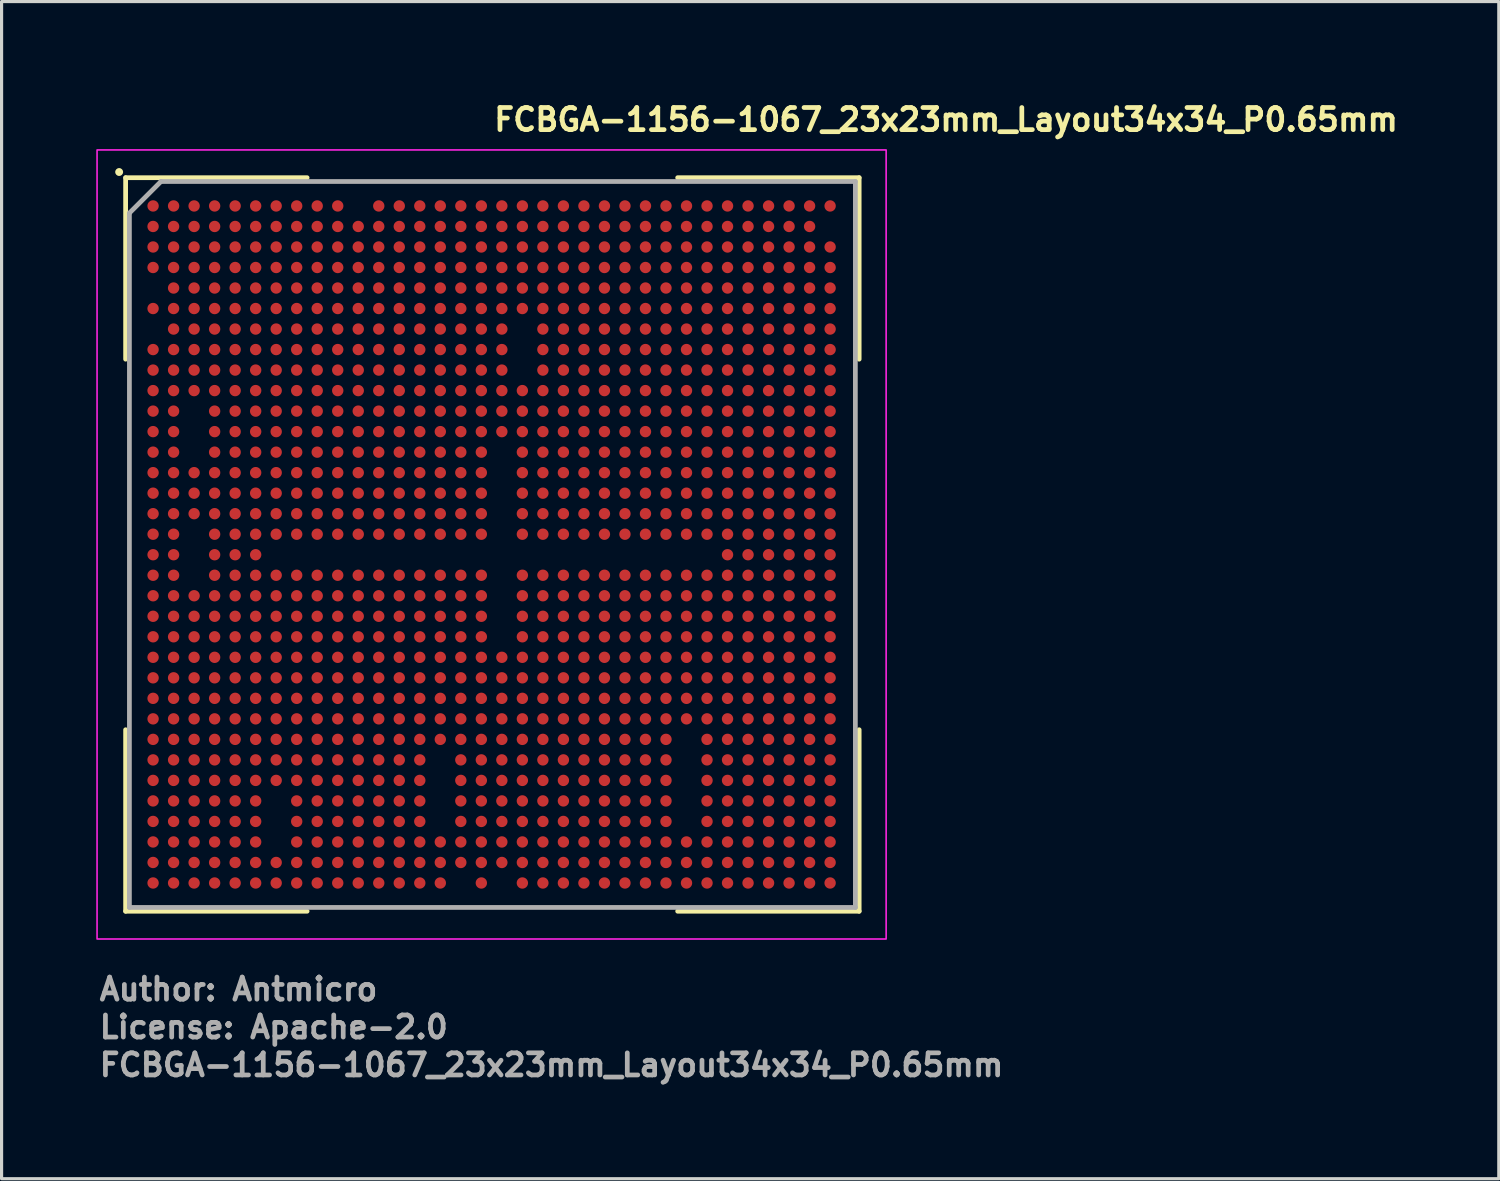
<source format=kicad_pcb>
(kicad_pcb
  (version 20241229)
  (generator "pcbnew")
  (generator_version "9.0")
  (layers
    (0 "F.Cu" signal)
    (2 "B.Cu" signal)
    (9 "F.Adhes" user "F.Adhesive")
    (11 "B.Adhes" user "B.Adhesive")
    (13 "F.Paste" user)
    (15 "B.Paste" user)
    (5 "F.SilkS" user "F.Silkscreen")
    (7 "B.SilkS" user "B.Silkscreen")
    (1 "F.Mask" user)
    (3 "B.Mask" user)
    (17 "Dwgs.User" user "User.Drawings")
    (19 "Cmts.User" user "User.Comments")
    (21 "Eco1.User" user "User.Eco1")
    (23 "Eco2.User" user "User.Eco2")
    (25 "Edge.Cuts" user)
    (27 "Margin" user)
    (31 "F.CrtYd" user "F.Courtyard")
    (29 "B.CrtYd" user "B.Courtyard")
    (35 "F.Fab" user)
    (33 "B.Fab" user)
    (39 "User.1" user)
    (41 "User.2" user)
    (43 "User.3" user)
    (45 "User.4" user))
  (footprint "FCBGA-1156-1067_23x23mm_Layout34x34_P0.65mm"
    (layer "F.Cu")
    (at 12.525 14.2)
    (property "Reference" "FCBGA-1156-1067_23x23mm_Layout34x34_P0.65mm" (at 0 -13.05 0) (unlocked yes) (layer "F.SilkS") (effects (font (size 0.7 0.7) (thickness 0.15)) (justify left bottom)))
    (attr smd)
    (fp_line (start -11.595 -11.62) (end -11.595 -5.87) (stroke (width 0.15) (type solid)) (layer "F.SilkS"))
    (fp_line (start -11.595 11.62) (end -11.595 5.87) (stroke (width 0.15) (type solid)) (layer "F.SilkS"))
    (fp_line (start -5.845 -11.62) (end -11.595 -11.62) (stroke (width 0.15) (type solid)) (layer "F.SilkS"))
    (fp_line (start -5.845 11.62) (end -11.595 11.62) (stroke (width 0.15) (type solid)) (layer "F.SilkS"))
    (fp_line (start 5.895 -11.62) (end 11.645 -11.62) (stroke (width 0.15) (type solid)) (layer "F.SilkS"))
    (fp_line (start 5.895 11.62) (end 11.645 11.62) (stroke (width 0.15) (type solid)) (layer "F.SilkS"))
    (fp_line (start 11.645 -11.62) (end 11.645 -5.87) (stroke (width 0.15) (type solid)) (layer "F.SilkS"))
    (fp_line (start 11.645 11.62) (end 11.645 5.87) (stroke (width 0.15) (type solid)) (layer "F.SilkS"))
    (fp_circle (center -11.8 -11.8) (end -11.75 -11.8) (stroke (width 0.15) (type solid)) (fill yes) (layer "F.SilkS"))
    (fp_rect (start -12.5 -12.5) (end 12.5 12.5) (stroke (width 0.05) (type solid)) (fill no) (layer "F.CrtYd"))
    (fp_line (start -11.475 -10.5) (end -11.475 11.5) (stroke (width 0.15) (type solid)) (layer "F.Fab"))
    (fp_line (start -11.475 11.5) (end 11.525 11.5) (stroke (width 0.15) (type solid)) (layer "F.Fab"))
    (fp_line (start -10.475 -11.5) (end -11.475 -10.5) (stroke (width 0.15) (type solid)) (layer "F.Fab"))
    (fp_line (start 11.525 -11.5) (end -10.475 -11.5) (stroke (width 0.15) (type solid)) (layer "F.Fab"))
    (fp_line (start 11.525 11.5) (end 11.525 -11.5) (stroke (width 0.15) (type solid)) (layer "F.Fab"))
    (fp_rect (start -11.5 -11.5) (end 11.5 11.5) (stroke (width 0.1) (type solid)) (fill no) (layer "User.5"))
    (fp_line (start -11.5 -11.5) (end 11.5 -11.5) (stroke (width 0.02) (type solid)) (layer "User.9"))
    (fp_line (start -11.5 11.5) (end -11.5 -11.5) (stroke (width 0.02) (type solid)) (layer "User.9"))
    (fp_line (start -6.25 -5.5) (end -6.25 5.5) (stroke (width 0.02) (type solid)) (layer "User.9"))
    (fp_line (start -6.25 5.5) (end 6.25 5.5) (stroke (width 0.02) (type solid)) (layer "User.9"))
    (fp_line (start 6.25 -5.5) (end -6.25 -5.5) (stroke (width 0.02) (type solid)) (layer "User.9"))
    (fp_line (start 6.25 5.5) (end 6.25 -5.5) (stroke (width 0.02) (type solid)) (layer "User.9"))
    (fp_line (start 11.5 -11.5) (end 11.5 11.5) (stroke (width 0.02) (type solid)) (layer "User.9"))
    (fp_line (start 11.5 11.5) (end -11.5 11.5) (stroke (width 0.02) (type solid)) (layer "User.9"))
    (fp_text user "${REFERENCE}" (at -12.5 16.9 0) (unlocked yes) (layer "F.Fab") (effects (font (size 0.7 0.7) (thickness 0.15)) (justify left bottom)))
    (fp_text user "License: Apache-2.0" (at -12.5 15.7 0) (layer "F.Fab") (effects (font (size 0.7 0.7) (thickness 0.15)) (justify left bottom)))
    (fp_text user "Author: Antmicro" (at -12.5 14.5 0) (layer "F.Fab") (effects (font (size 0.7 0.7) (thickness 0.15)) (justify left bottom)))
    (pad "A1" smd circle (at -10.725 -10.725) (size 0.36 0.36) (layers "F.Cu" "F.Mask" "F.Paste"))
    (pad "A2" smd circle (at -10.075 -10.725) (size 0.36 0.36) (layers "F.Cu" "F.Mask" "F.Paste"))
    (pad "A3" smd circle (at -9.425 -10.725) (size 0.36 0.36) (layers "F.Cu" "F.Mask" "F.Paste"))
    (pad "A4" smd circle (at -8.775 -10.725) (size 0.36 0.36) (layers "F.Cu" "F.Mask" "F.Paste"))
    (pad "A5" smd circle (at -8.125 -10.725) (size 0.36 0.36) (layers "F.Cu" "F.Mask" "F.Paste"))
    (pad "A6" smd circle (at -7.475 -10.725) (size 0.36 0.36) (layers "F.Cu" "F.Mask" "F.Paste"))
    (pad "A7" smd circle (at -6.825 -10.725) (size 0.36 0.36) (layers "F.Cu" "F.Mask" "F.Paste"))
    (pad "A8" smd circle (at -6.175 -10.725) (size 0.36 0.36) (layers "F.Cu" "F.Mask" "F.Paste"))
    (pad "A9" smd circle (at -5.525 -10.725) (size 0.36 0.36) (layers "F.Cu" "F.Mask" "F.Paste"))
    (pad "A10" smd circle (at -4.875 -10.725) (size 0.36 0.36) (layers "F.Cu" "F.Mask" "F.Paste"))
    (pad "A12" smd circle (at -3.575 -10.725) (size 0.36 0.36) (layers "F.Cu" "F.Mask" "F.Paste"))
    (pad "A13" smd circle (at -2.925 -10.725) (size 0.36 0.36) (layers "F.Cu" "F.Mask" "F.Paste"))
    (pad "A14" smd circle (at -2.275 -10.725) (size 0.36 0.36) (layers "F.Cu" "F.Mask" "F.Paste"))
    (pad "A15" smd circle (at -1.625 -10.725) (size 0.36 0.36) (layers "F.Cu" "F.Mask" "F.Paste"))
    (pad "A16" smd circle (at -0.975 -10.725) (size 0.36 0.36) (layers "F.Cu" "F.Mask" "F.Paste"))
    (pad "A17" smd circle (at -0.325 -10.725) (size 0.36 0.36) (layers "F.Cu" "F.Mask" "F.Paste"))
    (pad "A18" smd circle (at 0.325 -10.725) (size 0.36 0.36) (layers "F.Cu" "F.Mask" "F.Paste"))
    (pad "A19" smd circle (at 0.975 -10.725) (size 0.36 0.36) (layers "F.Cu" "F.Mask" "F.Paste"))
    (pad "A20" smd circle (at 1.625 -10.725) (size 0.36 0.36) (layers "F.Cu" "F.Mask" "F.Paste"))
    (pad "A21" smd circle (at 2.275 -10.725) (size 0.36 0.36) (layers "F.Cu" "F.Mask" "F.Paste"))
    (pad "A22" smd circle (at 2.925 -10.725) (size 0.36 0.36) (layers "F.Cu" "F.Mask" "F.Paste"))
    (pad "A23" smd circle (at 3.575 -10.725) (size 0.36 0.36) (layers "F.Cu" "F.Mask" "F.Paste"))
    (pad "A24" smd circle (at 4.225 -10.725) (size 0.36 0.36) (layers "F.Cu" "F.Mask" "F.Paste"))
    (pad "A25" smd circle (at 4.875 -10.725) (size 0.36 0.36) (layers "F.Cu" "F.Mask" "F.Paste"))
    (pad "A26" smd circle (at 5.525 -10.725) (size 0.36 0.36) (layers "F.Cu" "F.Mask" "F.Paste"))
    (pad "A27" smd circle (at 6.175 -10.725) (size 0.36 0.36) (layers "F.Cu" "F.Mask" "F.Paste"))
    (pad "A28" smd circle (at 6.825 -10.725) (size 0.36 0.36) (layers "F.Cu" "F.Mask" "F.Paste"))
    (pad "A29" smd circle (at 7.475 -10.725) (size 0.36 0.36) (layers "F.Cu" "F.Mask" "F.Paste"))
    (pad "A30" smd circle (at 8.125 -10.725) (size 0.36 0.36) (layers "F.Cu" "F.Mask" "F.Paste"))
    (pad "A31" smd circle (at 8.775 -10.725) (size 0.36 0.36) (layers "F.Cu" "F.Mask" "F.Paste"))
    (pad "A32" smd circle (at 9.425 -10.725) (size 0.36 0.36) (layers "F.Cu" "F.Mask" "F.Paste"))
    (pad "A33" smd circle (at 10.075 -10.725) (size 0.36 0.36) (layers "F.Cu" "F.Mask" "F.Paste"))
    (pad "A34" smd circle (at 10.725 -10.725) (size 0.36 0.36) (layers "F.Cu" "F.Mask" "F.Paste"))
    (pad "AA1" smd circle (at -10.725 2.275) (size 0.36 0.36) (layers "F.Cu" "F.Mask" "F.Paste"))
    (pad "AA2" smd circle (at -10.075 2.275) (size 0.36 0.36) (layers "F.Cu" "F.Mask" "F.Paste"))
    (pad "AA3" smd circle (at -9.425 2.275) (size 0.36 0.36) (layers "F.Cu" "F.Mask" "F.Paste"))
    (pad "AA4" smd circle (at -8.775 2.275) (size 0.36 0.36) (layers "F.Cu" "F.Mask" "F.Paste"))
    (pad "AA5" smd circle (at -8.125 2.275) (size 0.36 0.36) (layers "F.Cu" "F.Mask" "F.Paste"))
    (pad "AA6" smd circle (at -7.475 2.275) (size 0.36 0.36) (layers "F.Cu" "F.Mask" "F.Paste"))
    (pad "AA7" smd circle (at -6.825 2.275) (size 0.36 0.36) (layers "F.Cu" "F.Mask" "F.Paste"))
    (pad "AA8" smd circle (at -6.175 2.275) (size 0.36 0.36) (layers "F.Cu" "F.Mask" "F.Paste"))
    (pad "AA9" smd circle (at -5.525 2.275) (size 0.36 0.36) (layers "F.Cu" "F.Mask" "F.Paste"))
    (pad "AA10" smd circle (at -4.875 2.275) (size 0.36 0.36) (layers "F.Cu" "F.Mask" "F.Paste"))
    (pad "AA11" smd circle (at -4.225 2.275) (size 0.36 0.36) (layers "F.Cu" "F.Mask" "F.Paste"))
    (pad "AA12" smd circle (at -3.575 2.275) (size 0.36 0.36) (layers "F.Cu" "F.Mask" "F.Paste"))
    (pad "AA13" smd circle (at -2.925 2.275) (size 0.36 0.36) (layers "F.Cu" "F.Mask" "F.Paste"))
    (pad "AA14" smd circle (at -2.275 2.275) (size 0.36 0.36) (layers "F.Cu" "F.Mask" "F.Paste"))
    (pad "AA15" smd circle (at -1.625 2.275) (size 0.36 0.36) (layers "F.Cu" "F.Mask" "F.Paste"))
    (pad "AA16" smd circle (at -0.975 2.275) (size 0.36 0.36) (layers "F.Cu" "F.Mask" "F.Paste"))
    (pad "AA17" smd circle (at -0.325 2.275) (size 0.36 0.36) (layers "F.Cu" "F.Mask" "F.Paste"))
    (pad "AA19" smd circle (at 0.975 2.275) (size 0.36 0.36) (layers "F.Cu" "F.Mask" "F.Paste"))
    (pad "AA20" smd circle (at 1.625 2.275) (size 0.36 0.36) (layers "F.Cu" "F.Mask" "F.Paste"))
    (pad "AA21" smd circle (at 2.275 2.275) (size 0.36 0.36) (layers "F.Cu" "F.Mask" "F.Paste"))
    (pad "AA22" smd circle (at 2.925 2.275) (size 0.36 0.36) (layers "F.Cu" "F.Mask" "F.Paste"))
    (pad "AA23" smd circle (at 3.575 2.275) (size 0.36 0.36) (layers "F.Cu" "F.Mask" "F.Paste"))
    (pad "AA24" smd circle (at 4.225 2.275) (size 0.36 0.36) (layers "F.Cu" "F.Mask" "F.Paste"))
    (pad "AA25" smd circle (at 4.875 2.275) (size 0.36 0.36) (layers "F.Cu" "F.Mask" "F.Paste"))
    (pad "AA26" smd circle (at 5.525 2.275) (size 0.36 0.36) (layers "F.Cu" "F.Mask" "F.Paste"))
    (pad "AA27" smd circle (at 6.175 2.275) (size 0.36 0.36) (layers "F.Cu" "F.Mask" "F.Paste"))
    (pad "AA28" smd circle (at 6.825 2.275) (size 0.36 0.36) (layers "F.Cu" "F.Mask" "F.Paste"))
    (pad "AA29" smd circle (at 7.475 2.275) (size 0.36 0.36) (layers "F.Cu" "F.Mask" "F.Paste"))
    (pad "AA30" smd circle (at 8.125 2.275) (size 0.36 0.36) (layers "F.Cu" "F.Mask" "F.Paste"))
    (pad "AA31" smd circle (at 8.775 2.275) (size 0.36 0.36) (layers "F.Cu" "F.Mask" "F.Paste"))
    (pad "AA32" smd circle (at 9.425 2.275) (size 0.36 0.36) (layers "F.Cu" "F.Mask" "F.Paste"))
    (pad "AA33" smd circle (at 10.075 2.275) (size 0.36 0.36) (layers "F.Cu" "F.Mask" "F.Paste"))
    (pad "AA34" smd circle (at 10.725 2.275) (size 0.36 0.36) (layers "F.Cu" "F.Mask" "F.Paste"))
    (pad "AB1" smd circle (at -10.725 2.925) (size 0.36 0.36) (layers "F.Cu" "F.Mask" "F.Paste"))
    (pad "AB2" smd circle (at -10.075 2.925) (size 0.36 0.36) (layers "F.Cu" "F.Mask" "F.Paste"))
    (pad "AB3" smd circle (at -9.425 2.925) (size 0.36 0.36) (layers "F.Cu" "F.Mask" "F.Paste"))
    (pad "AB4" smd circle (at -8.775 2.925) (size 0.36 0.36) (layers "F.Cu" "F.Mask" "F.Paste"))
    (pad "AB5" smd circle (at -8.125 2.925) (size 0.36 0.36) (layers "F.Cu" "F.Mask" "F.Paste"))
    (pad "AB6" smd circle (at -7.475 2.925) (size 0.36 0.36) (layers "F.Cu" "F.Mask" "F.Paste"))
    (pad "AB7" smd circle (at -6.825 2.925) (size 0.36 0.36) (layers "F.Cu" "F.Mask" "F.Paste"))
    (pad "AB8" smd circle (at -6.175 2.925) (size 0.36 0.36) (layers "F.Cu" "F.Mask" "F.Paste"))
    (pad "AB9" smd circle (at -5.525 2.925) (size 0.36 0.36) (layers "F.Cu" "F.Mask" "F.Paste"))
    (pad "AB10" smd circle (at -4.875 2.925) (size 0.36 0.36) (layers "F.Cu" "F.Mask" "F.Paste"))
    (pad "AB11" smd circle (at -4.225 2.925) (size 0.36 0.36) (layers "F.Cu" "F.Mask" "F.Paste"))
    (pad "AB12" smd circle (at -3.575 2.925) (size 0.36 0.36) (layers "F.Cu" "F.Mask" "F.Paste"))
    (pad "AB13" smd circle (at -2.925 2.925) (size 0.36 0.36) (layers "F.Cu" "F.Mask" "F.Paste"))
    (pad "AB14" smd circle (at -2.275 2.925) (size 0.36 0.36) (layers "F.Cu" "F.Mask" "F.Paste"))
    (pad "AB15" smd circle (at -1.625 2.925) (size 0.36 0.36) (layers "F.Cu" "F.Mask" "F.Paste"))
    (pad "AB16" smd circle (at -0.975 2.925) (size 0.36 0.36) (layers "F.Cu" "F.Mask" "F.Paste"))
    (pad "AB17" smd circle (at -0.325 2.925) (size 0.36 0.36) (layers "F.Cu" "F.Mask" "F.Paste"))
    (pad "AB19" smd circle (at 0.975 2.925) (size 0.36 0.36) (layers "F.Cu" "F.Mask" "F.Paste"))
    (pad "AB20" smd circle (at 1.625 2.925) (size 0.36 0.36) (layers "F.Cu" "F.Mask" "F.Paste"))
    (pad "AB21" smd circle (at 2.275 2.925) (size 0.36 0.36) (layers "F.Cu" "F.Mask" "F.Paste"))
    (pad "AB22" smd circle (at 2.925 2.925) (size 0.36 0.36) (layers "F.Cu" "F.Mask" "F.Paste"))
    (pad "AB23" smd circle (at 3.575 2.925) (size 0.36 0.36) (layers "F.Cu" "F.Mask" "F.Paste"))
    (pad "AB24" smd circle (at 4.225 2.925) (size 0.36 0.36) (layers "F.Cu" "F.Mask" "F.Paste"))
    (pad "AB25" smd circle (at 4.875 2.925) (size 0.36 0.36) (layers "F.Cu" "F.Mask" "F.Paste"))
    (pad "AB26" smd circle (at 5.525 2.925) (size 0.36 0.36) (layers "F.Cu" "F.Mask" "F.Paste"))
    (pad "AB27" smd circle (at 6.175 2.925) (size 0.36 0.36) (layers "F.Cu" "F.Mask" "F.Paste"))
    (pad "AB28" smd circle (at 6.825 2.925) (size 0.36 0.36) (layers "F.Cu" "F.Mask" "F.Paste"))
    (pad "AB29" smd circle (at 7.475 2.925) (size 0.36 0.36) (layers "F.Cu" "F.Mask" "F.Paste"))
    (pad "AB30" smd circle (at 8.125 2.925) (size 0.36 0.36) (layers "F.Cu" "F.Mask" "F.Paste"))
    (pad "AB31" smd circle (at 8.775 2.925) (size 0.36 0.36) (layers "F.Cu" "F.Mask" "F.Paste"))
    (pad "AB32" smd circle (at 9.425 2.925) (size 0.36 0.36) (layers "F.Cu" "F.Mask" "F.Paste"))
    (pad "AB33" smd circle (at 10.075 2.925) (size 0.36 0.36) (layers "F.Cu" "F.Mask" "F.Paste"))
    (pad "AB34" smd circle (at 10.725 2.925) (size 0.36 0.36) (layers "F.Cu" "F.Mask" "F.Paste"))
    (pad "AC1" smd circle (at -10.725 3.575) (size 0.36 0.36) (layers "F.Cu" "F.Mask" "F.Paste"))
    (pad "AC2" smd circle (at -10.075 3.575) (size 0.36 0.36) (layers "F.Cu" "F.Mask" "F.Paste"))
    (pad "AC3" smd circle (at -9.425 3.575) (size 0.36 0.36) (layers "F.Cu" "F.Mask" "F.Paste"))
    (pad "AC4" smd circle (at -8.775 3.575) (size 0.36 0.36) (layers "F.Cu" "F.Mask" "F.Paste"))
    (pad "AC5" smd circle (at -8.125 3.575) (size 0.36 0.36) (layers "F.Cu" "F.Mask" "F.Paste"))
    (pad "AC6" smd circle (at -7.475 3.575) (size 0.36 0.36) (layers "F.Cu" "F.Mask" "F.Paste"))
    (pad "AC7" smd circle (at -6.825 3.575) (size 0.36 0.36) (layers "F.Cu" "F.Mask" "F.Paste"))
    (pad "AC8" smd circle (at -6.175 3.575) (size 0.36 0.36) (layers "F.Cu" "F.Mask" "F.Paste"))
    (pad "AC9" smd circle (at -5.525 3.575) (size 0.36 0.36) (layers "F.Cu" "F.Mask" "F.Paste"))
    (pad "AC10" smd circle (at -4.875 3.575) (size 0.36 0.36) (layers "F.Cu" "F.Mask" "F.Paste"))
    (pad "AC11" smd circle (at -4.225 3.575) (size 0.36 0.36) (layers "F.Cu" "F.Mask" "F.Paste"))
    (pad "AC12" smd circle (at -3.575 3.575) (size 0.36 0.36) (layers "F.Cu" "F.Mask" "F.Paste"))
    (pad "AC13" smd circle (at -2.925 3.575) (size 0.36 0.36) (layers "F.Cu" "F.Mask" "F.Paste"))
    (pad "AC14" smd circle (at -2.275 3.575) (size 0.36 0.36) (layers "F.Cu" "F.Mask" "F.Paste"))
    (pad "AC15" smd circle (at -1.625 3.575) (size 0.36 0.36) (layers "F.Cu" "F.Mask" "F.Paste"))
    (pad "AC16" smd circle (at -0.975 3.575) (size 0.36 0.36) (layers "F.Cu" "F.Mask" "F.Paste"))
    (pad "AC17" smd circle (at -0.325 3.575) (size 0.36 0.36) (layers "F.Cu" "F.Mask" "F.Paste"))
    (pad "AC18" smd circle (at 0.325 3.575) (size 0.36 0.36) (layers "F.Cu" "F.Mask" "F.Paste"))
    (pad "AC19" smd circle (at 0.975 3.575) (size 0.36 0.36) (layers "F.Cu" "F.Mask" "F.Paste"))
    (pad "AC20" smd circle (at 1.625 3.575) (size 0.36 0.36) (layers "F.Cu" "F.Mask" "F.Paste"))
    (pad "AC21" smd circle (at 2.275 3.575) (size 0.36 0.36) (layers "F.Cu" "F.Mask" "F.Paste"))
    (pad "AC22" smd circle (at 2.925 3.575) (size 0.36 0.36) (layers "F.Cu" "F.Mask" "F.Paste"))
    (pad "AC23" smd circle (at 3.575 3.575) (size 0.36 0.36) (layers "F.Cu" "F.Mask" "F.Paste"))
    (pad "AC24" smd circle (at 4.225 3.575) (size 0.36 0.36) (layers "F.Cu" "F.Mask" "F.Paste"))
    (pad "AC25" smd circle (at 4.875 3.575) (size 0.36 0.36) (layers "F.Cu" "F.Mask" "F.Paste"))
    (pad "AC26" smd circle (at 5.525 3.575) (size 0.36 0.36) (layers "F.Cu" "F.Mask" "F.Paste"))
    (pad "AC27" smd circle (at 6.175 3.575) (size 0.36 0.36) (layers "F.Cu" "F.Mask" "F.Paste"))
    (pad "AC28" smd circle (at 6.825 3.575) (size 0.36 0.36) (layers "F.Cu" "F.Mask" "F.Paste"))
    (pad "AC29" smd circle (at 7.475 3.575) (size 0.36 0.36) (layers "F.Cu" "F.Mask" "F.Paste"))
    (pad "AC30" smd circle (at 8.125 3.575) (size 0.36 0.36) (layers "F.Cu" "F.Mask" "F.Paste"))
    (pad "AC31" smd circle (at 8.775 3.575) (size 0.36 0.36) (layers "F.Cu" "F.Mask" "F.Paste"))
    (pad "AC32" smd circle (at 9.425 3.575) (size 0.36 0.36) (layers "F.Cu" "F.Mask" "F.Paste"))
    (pad "AC33" smd circle (at 10.075 3.575) (size 0.36 0.36) (layers "F.Cu" "F.Mask" "F.Paste"))
    (pad "AC34" smd circle (at 10.725 3.575) (size 0.36 0.36) (layers "F.Cu" "F.Mask" "F.Paste"))
    (pad "AD1" smd circle (at -10.725 4.225) (size 0.36 0.36) (layers "F.Cu" "F.Mask" "F.Paste"))
    (pad "AD2" smd circle (at -10.075 4.225) (size 0.36 0.36) (layers "F.Cu" "F.Mask" "F.Paste"))
    (pad "AD3" smd circle (at -9.425 4.225) (size 0.36 0.36) (layers "F.Cu" "F.Mask" "F.Paste"))
    (pad "AD4" smd circle (at -8.775 4.225) (size 0.36 0.36) (layers "F.Cu" "F.Mask" "F.Paste"))
    (pad "AD5" smd circle (at -8.125 4.225) (size 0.36 0.36) (layers "F.Cu" "F.Mask" "F.Paste"))
    (pad "AD6" smd circle (at -7.475 4.225) (size 0.36 0.36) (layers "F.Cu" "F.Mask" "F.Paste"))
    (pad "AD7" smd circle (at -6.825 4.225) (size 0.36 0.36) (layers "F.Cu" "F.Mask" "F.Paste"))
    (pad "AD8" smd circle (at -6.175 4.225) (size 0.36 0.36) (layers "F.Cu" "F.Mask" "F.Paste"))
    (pad "AD9" smd circle (at -5.525 4.225) (size 0.36 0.36) (layers "F.Cu" "F.Mask" "F.Paste"))
    (pad "AD10" smd circle (at -4.875 4.225) (size 0.36 0.36) (layers "F.Cu" "F.Mask" "F.Paste"))
    (pad "AD11" smd circle (at -4.225 4.225) (size 0.36 0.36) (layers "F.Cu" "F.Mask" "F.Paste"))
    (pad "AD12" smd circle (at -3.575 4.225) (size 0.36 0.36) (layers "F.Cu" "F.Mask" "F.Paste"))
    (pad "AD13" smd circle (at -2.925 4.225) (size 0.36 0.36) (layers "F.Cu" "F.Mask" "F.Paste"))
    (pad "AD14" smd circle (at -2.275 4.225) (size 0.36 0.36) (layers "F.Cu" "F.Mask" "F.Paste"))
    (pad "AD15" smd circle (at -1.625 4.225) (size 0.36 0.36) (layers "F.Cu" "F.Mask" "F.Paste"))
    (pad "AD16" smd circle (at -0.975 4.225) (size 0.36 0.36) (layers "F.Cu" "F.Mask" "F.Paste"))
    (pad "AD17" smd circle (at -0.325 4.225) (size 0.36 0.36) (layers "F.Cu" "F.Mask" "F.Paste"))
    (pad "AD18" smd circle (at 0.325 4.225) (size 0.36 0.36) (layers "F.Cu" "F.Mask" "F.Paste"))
    (pad "AD19" smd circle (at 0.975 4.225) (size 0.36 0.36) (layers "F.Cu" "F.Mask" "F.Paste"))
    (pad "AD20" smd circle (at 1.625 4.225) (size 0.36 0.36) (layers "F.Cu" "F.Mask" "F.Paste"))
    (pad "AD21" smd circle (at 2.275 4.225) (size 0.36 0.36) (layers "F.Cu" "F.Mask" "F.Paste"))
    (pad "AD22" smd circle (at 2.925 4.225) (size 0.36 0.36) (layers "F.Cu" "F.Mask" "F.Paste"))
    (pad "AD23" smd circle (at 3.575 4.225) (size 0.36 0.36) (layers "F.Cu" "F.Mask" "F.Paste"))
    (pad "AD24" smd circle (at 4.225 4.225) (size 0.36 0.36) (layers "F.Cu" "F.Mask" "F.Paste"))
    (pad "AD25" smd circle (at 4.875 4.225) (size 0.36 0.36) (layers "F.Cu" "F.Mask" "F.Paste"))
    (pad "AD26" smd circle (at 5.525 4.225) (size 0.36 0.36) (layers "F.Cu" "F.Mask" "F.Paste"))
    (pad "AD27" smd circle (at 6.175 4.225) (size 0.36 0.36) (layers "F.Cu" "F.Mask" "F.Paste"))
    (pad "AD28" smd circle (at 6.825 4.225) (size 0.36 0.36) (layers "F.Cu" "F.Mask" "F.Paste"))
    (pad "AD29" smd circle (at 7.475 4.225) (size 0.36 0.36) (layers "F.Cu" "F.Mask" "F.Paste"))
    (pad "AD30" smd circle (at 8.125 4.225) (size 0.36 0.36) (layers "F.Cu" "F.Mask" "F.Paste"))
    (pad "AD31" smd circle (at 8.775 4.225) (size 0.36 0.36) (layers "F.Cu" "F.Mask" "F.Paste"))
    (pad "AD32" smd circle (at 9.425 4.225) (size 0.36 0.36) (layers "F.Cu" "F.Mask" "F.Paste"))
    (pad "AD33" smd circle (at 10.075 4.225) (size 0.36 0.36) (layers "F.Cu" "F.Mask" "F.Paste"))
    (pad "AD34" smd circle (at 10.725 4.225) (size 0.36 0.36) (layers "F.Cu" "F.Mask" "F.Paste"))
    (pad "AE1" smd circle (at -10.725 4.875) (size 0.36 0.36) (layers "F.Cu" "F.Mask" "F.Paste"))
    (pad "AE2" smd circle (at -10.075 4.875) (size 0.36 0.36) (layers "F.Cu" "F.Mask" "F.Paste"))
    (pad "AE3" smd circle (at -9.425 4.875) (size 0.36 0.36) (layers "F.Cu" "F.Mask" "F.Paste"))
    (pad "AE4" smd circle (at -8.775 4.875) (size 0.36 0.36) (layers "F.Cu" "F.Mask" "F.Paste"))
    (pad "AE5" smd circle (at -8.125 4.875) (size 0.36 0.36) (layers "F.Cu" "F.Mask" "F.Paste"))
    (pad "AE6" smd circle (at -7.475 4.875) (size 0.36 0.36) (layers "F.Cu" "F.Mask" "F.Paste"))
    (pad "AE7" smd circle (at -6.825 4.875) (size 0.36 0.36) (layers "F.Cu" "F.Mask" "F.Paste"))
    (pad "AE8" smd circle (at -6.175 4.875) (size 0.36 0.36) (layers "F.Cu" "F.Mask" "F.Paste"))
    (pad "AE9" smd circle (at -5.525 4.875) (size 0.36 0.36) (layers "F.Cu" "F.Mask" "F.Paste"))
    (pad "AE10" smd circle (at -4.875 4.875) (size 0.36 0.36) (layers "F.Cu" "F.Mask" "F.Paste"))
    (pad "AE11" smd circle (at -4.225 4.875) (size 0.36 0.36) (layers "F.Cu" "F.Mask" "F.Paste"))
    (pad "AE12" smd circle (at -3.575 4.875) (size 0.36 0.36) (layers "F.Cu" "F.Mask" "F.Paste"))
    (pad "AE13" smd circle (at -2.925 4.875) (size 0.36 0.36) (layers "F.Cu" "F.Mask" "F.Paste"))
    (pad "AE14" smd circle (at -2.275 4.875) (size 0.36 0.36) (layers "F.Cu" "F.Mask" "F.Paste"))
    (pad "AE15" smd circle (at -1.625 4.875) (size 0.36 0.36) (layers "F.Cu" "F.Mask" "F.Paste"))
    (pad "AE16" smd circle (at -0.975 4.875) (size 0.36 0.36) (layers "F.Cu" "F.Mask" "F.Paste"))
    (pad "AE17" smd circle (at -0.325 4.875) (size 0.36 0.36) (layers "F.Cu" "F.Mask" "F.Paste"))
    (pad "AE18" smd circle (at 0.325 4.875) (size 0.36 0.36) (layers "F.Cu" "F.Mask" "F.Paste"))
    (pad "AE19" smd circle (at 0.975 4.875) (size 0.36 0.36) (layers "F.Cu" "F.Mask" "F.Paste"))
    (pad "AE20" smd circle (at 1.625 4.875) (size 0.36 0.36) (layers "F.Cu" "F.Mask" "F.Paste"))
    (pad "AE21" smd circle (at 2.275 4.875) (size 0.36 0.36) (layers "F.Cu" "F.Mask" "F.Paste"))
    (pad "AE22" smd circle (at 2.925 4.875) (size 0.36 0.36) (layers "F.Cu" "F.Mask" "F.Paste"))
    (pad "AE23" smd circle (at 3.575 4.875) (size 0.36 0.36) (layers "F.Cu" "F.Mask" "F.Paste"))
    (pad "AE24" smd circle (at 4.225 4.875) (size 0.36 0.36) (layers "F.Cu" "F.Mask" "F.Paste"))
    (pad "AE25" smd circle (at 4.875 4.875) (size 0.36 0.36) (layers "F.Cu" "F.Mask" "F.Paste"))
    (pad "AE26" smd circle (at 5.525 4.875) (size 0.36 0.36) (layers "F.Cu" "F.Mask" "F.Paste"))
    (pad "AE27" smd circle (at 6.175 4.875) (size 0.36 0.36) (layers "F.Cu" "F.Mask" "F.Paste"))
    (pad "AE28" smd circle (at 6.825 4.875) (size 0.36 0.36) (layers "F.Cu" "F.Mask" "F.Paste"))
    (pad "AE29" smd circle (at 7.475 4.875) (size 0.36 0.36) (layers "F.Cu" "F.Mask" "F.Paste"))
    (pad "AE30" smd circle (at 8.125 4.875) (size 0.36 0.36) (layers "F.Cu" "F.Mask" "F.Paste"))
    (pad "AE31" smd circle (at 8.775 4.875) (size 0.36 0.36) (layers "F.Cu" "F.Mask" "F.Paste"))
    (pad "AE32" smd circle (at 9.425 4.875) (size 0.36 0.36) (layers "F.Cu" "F.Mask" "F.Paste"))
    (pad "AE33" smd circle (at 10.075 4.875) (size 0.36 0.36) (layers "F.Cu" "F.Mask" "F.Paste"))
    (pad "AE34" smd circle (at 10.725 4.875) (size 0.36 0.36) (layers "F.Cu" "F.Mask" "F.Paste"))
    (pad "AF1" smd circle (at -10.725 5.525) (size 0.36 0.36) (layers "F.Cu" "F.Mask" "F.Paste"))
    (pad "AF2" smd circle (at -10.075 5.525) (size 0.36 0.36) (layers "F.Cu" "F.Mask" "F.Paste"))
    (pad "AF3" smd circle (at -9.425 5.525) (size 0.36 0.36) (layers "F.Cu" "F.Mask" "F.Paste"))
    (pad "AF4" smd circle (at -8.775 5.525) (size 0.36 0.36) (layers "F.Cu" "F.Mask" "F.Paste"))
    (pad "AF5" smd circle (at -8.125 5.525) (size 0.36 0.36) (layers "F.Cu" "F.Mask" "F.Paste"))
    (pad "AF6" smd circle (at -7.475 5.525) (size 0.36 0.36) (layers "F.Cu" "F.Mask" "F.Paste"))
    (pad "AF7" smd circle (at -6.825 5.525) (size 0.36 0.36) (layers "F.Cu" "F.Mask" "F.Paste"))
    (pad "AF8" smd circle (at -6.175 5.525) (size 0.36 0.36) (layers "F.Cu" "F.Mask" "F.Paste"))
    (pad "AF9" smd circle (at -5.525 5.525) (size 0.36 0.36) (layers "F.Cu" "F.Mask" "F.Paste"))
    (pad "AF10" smd circle (at -4.875 5.525) (size 0.36 0.36) (layers "F.Cu" "F.Mask" "F.Paste"))
    (pad "AF11" smd circle (at -4.225 5.525) (size 0.36 0.36) (layers "F.Cu" "F.Mask" "F.Paste"))
    (pad "AF12" smd circle (at -3.575 5.525) (size 0.36 0.36) (layers "F.Cu" "F.Mask" "F.Paste"))
    (pad "AF13" smd circle (at -2.925 5.525) (size 0.36 0.36) (layers "F.Cu" "F.Mask" "F.Paste"))
    (pad "AF14" smd circle (at -2.275 5.525) (size 0.36 0.36) (layers "F.Cu" "F.Mask" "F.Paste"))
    (pad "AF15" smd circle (at -1.625 5.525) (size 0.36 0.36) (layers "F.Cu" "F.Mask" "F.Paste"))
    (pad "AF16" smd circle (at -0.975 5.525) (size 0.36 0.36) (layers "F.Cu" "F.Mask" "F.Paste"))
    (pad "AF17" smd circle (at -0.325 5.525) (size 0.36 0.36) (layers "F.Cu" "F.Mask" "F.Paste"))
    (pad "AF18" smd circle (at 0.325 5.525) (size 0.36 0.36) (layers "F.Cu" "F.Mask" "F.Paste"))
    (pad "AF19" smd circle (at 0.975 5.525) (size 0.36 0.36) (layers "F.Cu" "F.Mask" "F.Paste"))
    (pad "AF20" smd circle (at 1.625 5.525) (size 0.36 0.36) (layers "F.Cu" "F.Mask" "F.Paste"))
    (pad "AF21" smd circle (at 2.275 5.525) (size 0.36 0.36) (layers "F.Cu" "F.Mask" "F.Paste"))
    (pad "AF22" smd circle (at 2.925 5.525) (size 0.36 0.36) (layers "F.Cu" "F.Mask" "F.Paste"))
    (pad "AF23" smd circle (at 3.575 5.525) (size 0.36 0.36) (layers "F.Cu" "F.Mask" "F.Paste"))
    (pad "AF24" smd circle (at 4.225 5.525) (size 0.36 0.36) (layers "F.Cu" "F.Mask" "F.Paste"))
    (pad "AF25" smd circle (at 4.875 5.525) (size 0.36 0.36) (layers "F.Cu" "F.Mask" "F.Paste"))
    (pad "AF26" smd circle (at 5.525 5.525) (size 0.36 0.36) (layers "F.Cu" "F.Mask" "F.Paste"))
    (pad "AF27" smd circle (at 6.175 5.525) (size 0.36 0.36) (layers "F.Cu" "F.Mask" "F.Paste"))
    (pad "AF28" smd circle (at 6.825 5.525) (size 0.36 0.36) (layers "F.Cu" "F.Mask" "F.Paste"))
    (pad "AF29" smd circle (at 7.475 5.525) (size 0.36 0.36) (layers "F.Cu" "F.Mask" "F.Paste"))
    (pad "AF30" smd circle (at 8.125 5.525) (size 0.36 0.36) (layers "F.Cu" "F.Mask" "F.Paste"))
    (pad "AF31" smd circle (at 8.775 5.525) (size 0.36 0.36) (layers "F.Cu" "F.Mask" "F.Paste"))
    (pad "AF32" smd circle (at 9.425 5.525) (size 0.36 0.36) (layers "F.Cu" "F.Mask" "F.Paste"))
    (pad "AF33" smd circle (at 10.075 5.525) (size 0.36 0.36) (layers "F.Cu" "F.Mask" "F.Paste"))
    (pad "AF34" smd circle (at 10.725 5.525) (size 0.36 0.36) (layers "F.Cu" "F.Mask" "F.Paste"))
    (pad "AG1" smd circle (at -10.725 6.175) (size 0.36 0.36) (layers "F.Cu" "F.Mask" "F.Paste"))
    (pad "AG2" smd circle (at -10.075 6.175) (size 0.36 0.36) (layers "F.Cu" "F.Mask" "F.Paste"))
    (pad "AG3" smd circle (at -9.425 6.175) (size 0.36 0.36) (layers "F.Cu" "F.Mask" "F.Paste"))
    (pad "AG4" smd circle (at -8.775 6.175) (size 0.36 0.36) (layers "F.Cu" "F.Mask" "F.Paste"))
    (pad "AG5" smd circle (at -8.125 6.175) (size 0.36 0.36) (layers "F.Cu" "F.Mask" "F.Paste"))
    (pad "AG6" smd circle (at -7.475 6.175) (size 0.36 0.36) (layers "F.Cu" "F.Mask" "F.Paste"))
    (pad "AG7" smd circle (at -6.825 6.175) (size 0.36 0.36) (layers "F.Cu" "F.Mask" "F.Paste"))
    (pad "AG8" smd circle (at -6.175 6.175) (size 0.36 0.36) (layers "F.Cu" "F.Mask" "F.Paste"))
    (pad "AG9" smd circle (at -5.525 6.175) (size 0.36 0.36) (layers "F.Cu" "F.Mask" "F.Paste"))
    (pad "AG10" smd circle (at -4.875 6.175) (size 0.36 0.36) (layers "F.Cu" "F.Mask" "F.Paste"))
    (pad "AG11" smd circle (at -4.225 6.175) (size 0.36 0.36) (layers "F.Cu" "F.Mask" "F.Paste"))
    (pad "AG12" smd circle (at -3.575 6.175) (size 0.36 0.36) (layers "F.Cu" "F.Mask" "F.Paste"))
    (pad "AG13" smd circle (at -2.925 6.175) (size 0.36 0.36) (layers "F.Cu" "F.Mask" "F.Paste"))
    (pad "AG14" smd circle (at -2.275 6.175) (size 0.36 0.36) (layers "F.Cu" "F.Mask" "F.Paste"))
    (pad "AG15" smd circle (at -1.625 6.175) (size 0.36 0.36) (layers "F.Cu" "F.Mask" "F.Paste"))
    (pad "AG16" smd circle (at -0.975 6.175) (size 0.36 0.36) (layers "F.Cu" "F.Mask" "F.Paste"))
    (pad "AG17" smd circle (at -0.325 6.175) (size 0.36 0.36) (layers "F.Cu" "F.Mask" "F.Paste"))
    (pad "AG18" smd circle (at 0.325 6.175) (size 0.36 0.36) (layers "F.Cu" "F.Mask" "F.Paste"))
    (pad "AG19" smd circle (at 0.975 6.175) (size 0.36 0.36) (layers "F.Cu" "F.Mask" "F.Paste"))
    (pad "AG20" smd circle (at 1.625 6.175) (size 0.36 0.36) (layers "F.Cu" "F.Mask" "F.Paste"))
    (pad "AG21" smd circle (at 2.275 6.175) (size 0.36 0.36) (layers "F.Cu" "F.Mask" "F.Paste"))
    (pad "AG22" smd circle (at 2.925 6.175) (size 0.36 0.36) (layers "F.Cu" "F.Mask" "F.Paste"))
    (pad "AG23" smd circle (at 3.575 6.175) (size 0.36 0.36) (layers "F.Cu" "F.Mask" "F.Paste"))
    (pad "AG24" smd circle (at 4.225 6.175) (size 0.36 0.36) (layers "F.Cu" "F.Mask" "F.Paste"))
    (pad "AG25" smd circle (at 4.875 6.175) (size 0.36 0.36) (layers "F.Cu" "F.Mask" "F.Paste"))
    (pad "AG26" smd circle (at 5.525 6.175) (size 0.36 0.36) (layers "F.Cu" "F.Mask" "F.Paste"))
    (pad "AG28" smd circle (at 6.825 6.175) (size 0.36 0.36) (layers "F.Cu" "F.Mask" "F.Paste"))
    (pad "AG29" smd circle (at 7.475 6.175) (size 0.36 0.36) (layers "F.Cu" "F.Mask" "F.Paste"))
    (pad "AG30" smd circle (at 8.125 6.175) (size 0.36 0.36) (layers "F.Cu" "F.Mask" "F.Paste"))
    (pad "AG31" smd circle (at 8.775 6.175) (size 0.36 0.36) (layers "F.Cu" "F.Mask" "F.Paste"))
    (pad "AG32" smd circle (at 9.425 6.175) (size 0.36 0.36) (layers "F.Cu" "F.Mask" "F.Paste"))
    (pad "AG33" smd circle (at 10.075 6.175) (size 0.36 0.36) (layers "F.Cu" "F.Mask" "F.Paste"))
    (pad "AG34" smd circle (at 10.725 6.175) (size 0.36 0.36) (layers "F.Cu" "F.Mask" "F.Paste"))
    (pad "AH1" smd circle (at -10.725 6.825) (size 0.36 0.36) (layers "F.Cu" "F.Mask" "F.Paste"))
    (pad "AH2" smd circle (at -10.075 6.825) (size 0.36 0.36) (layers "F.Cu" "F.Mask" "F.Paste"))
    (pad "AH3" smd circle (at -9.425 6.825) (size 0.36 0.36) (layers "F.Cu" "F.Mask" "F.Paste"))
    (pad "AH4" smd circle (at -8.775 6.825) (size 0.36 0.36) (layers "F.Cu" "F.Mask" "F.Paste"))
    (pad "AH5" smd circle (at -8.125 6.825) (size 0.36 0.36) (layers "F.Cu" "F.Mask" "F.Paste"))
    (pad "AH6" smd circle (at -7.475 6.825) (size 0.36 0.36) (layers "F.Cu" "F.Mask" "F.Paste"))
    (pad "AH7" smd circle (at -6.825 6.825) (size 0.36 0.36) (layers "F.Cu" "F.Mask" "F.Paste"))
    (pad "AH8" smd circle (at -6.175 6.825) (size 0.36 0.36) (layers "F.Cu" "F.Mask" "F.Paste"))
    (pad "AH9" smd circle (at -5.525 6.825) (size 0.36 0.36) (layers "F.Cu" "F.Mask" "F.Paste"))
    (pad "AH10" smd circle (at -4.875 6.825) (size 0.36 0.36) (layers "F.Cu" "F.Mask" "F.Paste"))
    (pad "AH11" smd circle (at -4.225 6.825) (size 0.36 0.36) (layers "F.Cu" "F.Mask" "F.Paste"))
    (pad "AH12" smd circle (at -3.575 6.825) (size 0.36 0.36) (layers "F.Cu" "F.Mask" "F.Paste"))
    (pad "AH13" smd circle (at -2.925 6.825) (size 0.36 0.36) (layers "F.Cu" "F.Mask" "F.Paste"))
    (pad "AH14" smd circle (at -2.275 6.825) (size 0.36 0.36) (layers "F.Cu" "F.Mask" "F.Paste"))
    (pad "AH16" smd circle (at -0.975 6.825) (size 0.36 0.36) (layers "F.Cu" "F.Mask" "F.Paste"))
    (pad "AH17" smd circle (at -0.325 6.825) (size 0.36 0.36) (layers "F.Cu" "F.Mask" "F.Paste"))
    (pad "AH18" smd circle (at 0.325 6.825) (size 0.36 0.36) (layers "F.Cu" "F.Mask" "F.Paste"))
    (pad "AH19" smd circle (at 0.975 6.825) (size 0.36 0.36) (layers "F.Cu" "F.Mask" "F.Paste"))
    (pad "AH20" smd circle (at 1.625 6.825) (size 0.36 0.36) (layers "F.Cu" "F.Mask" "F.Paste"))
    (pad "AH21" smd circle (at 2.275 6.825) (size 0.36 0.36) (layers "F.Cu" "F.Mask" "F.Paste"))
    (pad "AH22" smd circle (at 2.925 6.825) (size 0.36 0.36) (layers "F.Cu" "F.Mask" "F.Paste"))
    (pad "AH23" smd circle (at 3.575 6.825) (size 0.36 0.36) (layers "F.Cu" "F.Mask" "F.Paste"))
    (pad "AH24" smd circle (at 4.225 6.825) (size 0.36 0.36) (layers "F.Cu" "F.Mask" "F.Paste"))
    (pad "AH25" smd circle (at 4.875 6.825) (size 0.36 0.36) (layers "F.Cu" "F.Mask" "F.Paste"))
    (pad "AH26" smd circle (at 5.525 6.825) (size 0.36 0.36) (layers "F.Cu" "F.Mask" "F.Paste"))
    (pad "AH28" smd circle (at 6.825 6.825) (size 0.36 0.36) (layers "F.Cu" "F.Mask" "F.Paste"))
    (pad "AH29" smd circle (at 7.475 6.825) (size 0.36 0.36) (layers "F.Cu" "F.Mask" "F.Paste"))
    (pad "AH30" smd circle (at 8.125 6.825) (size 0.36 0.36) (layers "F.Cu" "F.Mask" "F.Paste"))
    (pad "AH31" smd circle (at 8.775 6.825) (size 0.36 0.36) (layers "F.Cu" "F.Mask" "F.Paste"))
    (pad "AH32" smd circle (at 9.425 6.825) (size 0.36 0.36) (layers "F.Cu" "F.Mask" "F.Paste"))
    (pad "AH33" smd circle (at 10.075 6.825) (size 0.36 0.36) (layers "F.Cu" "F.Mask" "F.Paste"))
    (pad "AH34" smd circle (at 10.725 6.825) (size 0.36 0.36) (layers "F.Cu" "F.Mask" "F.Paste"))
    (pad "AJ1" smd circle (at -10.725 7.475) (size 0.36 0.36) (layers "F.Cu" "F.Mask" "F.Paste"))
    (pad "AJ2" smd circle (at -10.075 7.475) (size 0.36 0.36) (layers "F.Cu" "F.Mask" "F.Paste"))
    (pad "AJ3" smd circle (at -9.425 7.475) (size 0.36 0.36) (layers "F.Cu" "F.Mask" "F.Paste"))
    (pad "AJ4" smd circle (at -8.775 7.475) (size 0.36 0.36) (layers "F.Cu" "F.Mask" "F.Paste"))
    (pad "AJ5" smd circle (at -8.125 7.475) (size 0.36 0.36) (layers "F.Cu" "F.Mask" "F.Paste"))
    (pad "AJ6" smd circle (at -7.475 7.475) (size 0.36 0.36) (layers "F.Cu" "F.Mask" "F.Paste"))
    (pad "AJ7" smd circle (at -6.825 7.475) (size 0.36 0.36) (layers "F.Cu" "F.Mask" "F.Paste"))
    (pad "AJ8" smd circle (at -6.175 7.475) (size 0.36 0.36) (layers "F.Cu" "F.Mask" "F.Paste"))
    (pad "AJ9" smd circle (at -5.525 7.475) (size 0.36 0.36) (layers "F.Cu" "F.Mask" "F.Paste"))
    (pad "AJ10" smd circle (at -4.875 7.475) (size 0.36 0.36) (layers "F.Cu" "F.Mask" "F.Paste"))
    (pad "AJ11" smd circle (at -4.225 7.475) (size 0.36 0.36) (layers "F.Cu" "F.Mask" "F.Paste"))
    (pad "AJ12" smd circle (at -3.575 7.475) (size 0.36 0.36) (layers "F.Cu" "F.Mask" "F.Paste"))
    (pad "AJ13" smd circle (at -2.925 7.475) (size 0.36 0.36) (layers "F.Cu" "F.Mask" "F.Paste"))
    (pad "AJ14" smd circle (at -2.275 7.475) (size 0.36 0.36) (layers "F.Cu" "F.Mask" "F.Paste"))
    (pad "AJ16" smd circle (at -0.975 7.475) (size 0.36 0.36) (layers "F.Cu" "F.Mask" "F.Paste"))
    (pad "AJ17" smd circle (at -0.325 7.475) (size 0.36 0.36) (layers "F.Cu" "F.Mask" "F.Paste"))
    (pad "AJ18" smd circle (at 0.325 7.475) (size 0.36 0.36) (layers "F.Cu" "F.Mask" "F.Paste"))
    (pad "AJ19" smd circle (at 0.975 7.475) (size 0.36 0.36) (layers "F.Cu" "F.Mask" "F.Paste"))
    (pad "AJ20" smd circle (at 1.625 7.475) (size 0.36 0.36) (layers "F.Cu" "F.Mask" "F.Paste"))
    (pad "AJ21" smd circle (at 2.275 7.475) (size 0.36 0.36) (layers "F.Cu" "F.Mask" "F.Paste"))
    (pad "AJ22" smd circle (at 2.925 7.475) (size 0.36 0.36) (layers "F.Cu" "F.Mask" "F.Paste"))
    (pad "AJ23" smd circle (at 3.575 7.475) (size 0.36 0.36) (layers "F.Cu" "F.Mask" "F.Paste"))
    (pad "AJ24" smd circle (at 4.225 7.475) (size 0.36 0.36) (layers "F.Cu" "F.Mask" "F.Paste"))
    (pad "AJ25" smd circle (at 4.875 7.475) (size 0.36 0.36) (layers "F.Cu" "F.Mask" "F.Paste"))
    (pad "AJ26" smd circle (at 5.525 7.475) (size 0.36 0.36) (layers "F.Cu" "F.Mask" "F.Paste"))
    (pad "AJ28" smd circle (at 6.825 7.475) (size 0.36 0.36) (layers "F.Cu" "F.Mask" "F.Paste"))
    (pad "AJ29" smd circle (at 7.475 7.475) (size 0.36 0.36) (layers "F.Cu" "F.Mask" "F.Paste"))
    (pad "AJ30" smd circle (at 8.125 7.475) (size 0.36 0.36) (layers "F.Cu" "F.Mask" "F.Paste"))
    (pad "AJ31" smd circle (at 8.775 7.475) (size 0.36 0.36) (layers "F.Cu" "F.Mask" "F.Paste"))
    (pad "AJ32" smd circle (at 9.425 7.475) (size 0.36 0.36) (layers "F.Cu" "F.Mask" "F.Paste"))
    (pad "AJ33" smd circle (at 10.075 7.475) (size 0.36 0.36) (layers "F.Cu" "F.Mask" "F.Paste"))
    (pad "AJ34" smd circle (at 10.725 7.475) (size 0.36 0.36) (layers "F.Cu" "F.Mask" "F.Paste"))
    (pad "AK1" smd circle (at -10.725 8.125) (size 0.36 0.36) (layers "F.Cu" "F.Mask" "F.Paste"))
    (pad "AK2" smd circle (at -10.075 8.125) (size 0.36 0.36) (layers "F.Cu" "F.Mask" "F.Paste"))
    (pad "AK3" smd circle (at -9.425 8.125) (size 0.36 0.36) (layers "F.Cu" "F.Mask" "F.Paste"))
    (pad "AK4" smd circle (at -8.775 8.125) (size 0.36 0.36) (layers "F.Cu" "F.Mask" "F.Paste"))
    (pad "AK5" smd circle (at -8.125 8.125) (size 0.36 0.36) (layers "F.Cu" "F.Mask" "F.Paste"))
    (pad "AK6" smd circle (at -7.475 8.125) (size 0.36 0.36) (layers "F.Cu" "F.Mask" "F.Paste"))
    (pad "AK8" smd circle (at -6.175 8.125) (size 0.36 0.36) (layers "F.Cu" "F.Mask" "F.Paste"))
    (pad "AK9" smd circle (at -5.525 8.125) (size 0.36 0.36) (layers "F.Cu" "F.Mask" "F.Paste"))
    (pad "AK10" smd circle (at -4.875 8.125) (size 0.36 0.36) (layers "F.Cu" "F.Mask" "F.Paste"))
    (pad "AK11" smd circle (at -4.225 8.125) (size 0.36 0.36) (layers "F.Cu" "F.Mask" "F.Paste"))
    (pad "AK12" smd circle (at -3.575 8.125) (size 0.36 0.36) (layers "F.Cu" "F.Mask" "F.Paste"))
    (pad "AK13" smd circle (at -2.925 8.125) (size 0.36 0.36) (layers "F.Cu" "F.Mask" "F.Paste"))
    (pad "AK14" smd circle (at -2.275 8.125) (size 0.36 0.36) (layers "F.Cu" "F.Mask" "F.Paste"))
    (pad "AK16" smd circle (at -0.975 8.125) (size 0.36 0.36) (layers "F.Cu" "F.Mask" "F.Paste"))
    (pad "AK17" smd circle (at -0.325 8.125) (size 0.36 0.36) (layers "F.Cu" "F.Mask" "F.Paste"))
    (pad "AK18" smd circle (at 0.325 8.125) (size 0.36 0.36) (layers "F.Cu" "F.Mask" "F.Paste"))
    (pad "AK19" smd circle (at 0.975 8.125) (size 0.36 0.36) (layers "F.Cu" "F.Mask" "F.Paste"))
    (pad "AK20" smd circle (at 1.625 8.125) (size 0.36 0.36) (layers "F.Cu" "F.Mask" "F.Paste"))
    (pad "AK21" smd circle (at 2.275 8.125) (size 0.36 0.36) (layers "F.Cu" "F.Mask" "F.Paste"))
    (pad "AK22" smd circle (at 2.925 8.125) (size 0.36 0.36) (layers "F.Cu" "F.Mask" "F.Paste"))
    (pad "AK23" smd circle (at 3.575 8.125) (size 0.36 0.36) (layers "F.Cu" "F.Mask" "F.Paste"))
    (pad "AK24" smd circle (at 4.225 8.125) (size 0.36 0.36) (layers "F.Cu" "F.Mask" "F.Paste"))
    (pad "AK25" smd circle (at 4.875 8.125) (size 0.36 0.36) (layers "F.Cu" "F.Mask" "F.Paste"))
    (pad "AK26" smd circle (at 5.525 8.125) (size 0.36 0.36) (layers "F.Cu" "F.Mask" "F.Paste"))
    (pad "AK28" smd circle (at 6.825 8.125) (size 0.36 0.36) (layers "F.Cu" "F.Mask" "F.Paste"))
    (pad "AK29" smd circle (at 7.475 8.125) (size 0.36 0.36) (layers "F.Cu" "F.Mask" "F.Paste"))
    (pad "AK30" smd circle (at 8.125 8.125) (size 0.36 0.36) (layers "F.Cu" "F.Mask" "F.Paste"))
    (pad "AK31" smd circle (at 8.775 8.125) (size 0.36 0.36) (layers "F.Cu" "F.Mask" "F.Paste"))
    (pad "AK32" smd circle (at 9.425 8.125) (size 0.36 0.36) (layers "F.Cu" "F.Mask" "F.Paste"))
    (pad "AK33" smd circle (at 10.075 8.125) (size 0.36 0.36) (layers "F.Cu" "F.Mask" "F.Paste"))
    (pad "AK34" smd circle (at 10.725 8.125) (size 0.36 0.36) (layers "F.Cu" "F.Mask" "F.Paste"))
    (pad "AL1" smd circle (at -10.725 8.775) (size 0.36 0.36) (layers "F.Cu" "F.Mask" "F.Paste"))
    (pad "AL2" smd circle (at -10.075 8.775) (size 0.36 0.36) (layers "F.Cu" "F.Mask" "F.Paste"))
    (pad "AL3" smd circle (at -9.425 8.775) (size 0.36 0.36) (layers "F.Cu" "F.Mask" "F.Paste"))
    (pad "AL4" smd circle (at -8.775 8.775) (size 0.36 0.36) (layers "F.Cu" "F.Mask" "F.Paste"))
    (pad "AL5" smd circle (at -8.125 8.775) (size 0.36 0.36) (layers "F.Cu" "F.Mask" "F.Paste"))
    (pad "AL6" smd circle (at -7.475 8.775) (size 0.36 0.36) (layers "F.Cu" "F.Mask" "F.Paste"))
    (pad "AL8" smd circle (at -6.175 8.775) (size 0.36 0.36) (layers "F.Cu" "F.Mask" "F.Paste"))
    (pad "AL9" smd circle (at -5.525 8.775) (size 0.36 0.36) (layers "F.Cu" "F.Mask" "F.Paste"))
    (pad "AL10" smd circle (at -4.875 8.775) (size 0.36 0.36) (layers "F.Cu" "F.Mask" "F.Paste"))
    (pad "AL11" smd circle (at -4.225 8.775) (size 0.36 0.36) (layers "F.Cu" "F.Mask" "F.Paste"))
    (pad "AL12" smd circle (at -3.575 8.775) (size 0.36 0.36) (layers "F.Cu" "F.Mask" "F.Paste"))
    (pad "AL13" smd circle (at -2.925 8.775) (size 0.36 0.36) (layers "F.Cu" "F.Mask" "F.Paste"))
    (pad "AL14" smd circle (at -2.275 8.775) (size 0.36 0.36) (layers "F.Cu" "F.Mask" "F.Paste"))
    (pad "AL16" smd circle (at -0.975 8.775) (size 0.36 0.36) (layers "F.Cu" "F.Mask" "F.Paste"))
    (pad "AL17" smd circle (at -0.325 8.775) (size 0.36 0.36) (layers "F.Cu" "F.Mask" "F.Paste"))
    (pad "AL18" smd circle (at 0.325 8.775) (size 0.36 0.36) (layers "F.Cu" "F.Mask" "F.Paste"))
    (pad "AL19" smd circle (at 0.975 8.775) (size 0.36 0.36) (layers "F.Cu" "F.Mask" "F.Paste"))
    (pad "AL20" smd circle (at 1.625 8.775) (size 0.36 0.36) (layers "F.Cu" "F.Mask" "F.Paste"))
    (pad "AL21" smd circle (at 2.275 8.775) (size 0.36 0.36) (layers "F.Cu" "F.Mask" "F.Paste"))
    (pad "AL22" smd circle (at 2.925 8.775) (size 0.36 0.36) (layers "F.Cu" "F.Mask" "F.Paste"))
    (pad "AL23" smd circle (at 3.575 8.775) (size 0.36 0.36) (layers "F.Cu" "F.Mask" "F.Paste"))
    (pad "AL24" smd circle (at 4.225 8.775) (size 0.36 0.36) (layers "F.Cu" "F.Mask" "F.Paste"))
    (pad "AL25" smd circle (at 4.875 8.775) (size 0.36 0.36) (layers "F.Cu" "F.Mask" "F.Paste"))
    (pad "AL26" smd circle (at 5.525 8.775) (size 0.36 0.36) (layers "F.Cu" "F.Mask" "F.Paste"))
    (pad "AL28" smd circle (at 6.825 8.775) (size 0.36 0.36) (layers "F.Cu" "F.Mask" "F.Paste"))
    (pad "AL29" smd circle (at 7.475 8.775) (size 0.36 0.36) (layers "F.Cu" "F.Mask" "F.Paste"))
    (pad "AL30" smd circle (at 8.125 8.775) (size 0.36 0.36) (layers "F.Cu" "F.Mask" "F.Paste"))
    (pad "AL31" smd circle (at 8.775 8.775) (size 0.36 0.36) (layers "F.Cu" "F.Mask" "F.Paste"))
    (pad "AL32" smd circle (at 9.425 8.775) (size 0.36 0.36) (layers "F.Cu" "F.Mask" "F.Paste"))
    (pad "AL33" smd circle (at 10.075 8.775) (size 0.36 0.36) (layers "F.Cu" "F.Mask" "F.Paste"))
    (pad "AL34" smd circle (at 10.725 8.775) (size 0.36 0.36) (layers "F.Cu" "F.Mask" "F.Paste"))
    (pad "AM1" smd circle (at -10.725 9.425) (size 0.36 0.36) (layers "F.Cu" "F.Mask" "F.Paste"))
    (pad "AM2" smd circle (at -10.075 9.425) (size 0.36 0.36) (layers "F.Cu" "F.Mask" "F.Paste"))
    (pad "AM3" smd circle (at -9.425 9.425) (size 0.36 0.36) (layers "F.Cu" "F.Mask" "F.Paste"))
    (pad "AM4" smd circle (at -8.775 9.425) (size 0.36 0.36) (layers "F.Cu" "F.Mask" "F.Paste"))
    (pad "AM5" smd circle (at -8.125 9.425) (size 0.36 0.36) (layers "F.Cu" "F.Mask" "F.Paste"))
    (pad "AM6" smd circle (at -7.475 9.425) (size 0.36 0.36) (layers "F.Cu" "F.Mask" "F.Paste"))
    (pad "AM8" smd circle (at -6.175 9.425) (size 0.36 0.36) (layers "F.Cu" "F.Mask" "F.Paste"))
    (pad "AM9" smd circle (at -5.525 9.425) (size 0.36 0.36) (layers "F.Cu" "F.Mask" "F.Paste"))
    (pad "AM10" smd circle (at -4.875 9.425) (size 0.36 0.36) (layers "F.Cu" "F.Mask" "F.Paste"))
    (pad "AM11" smd circle (at -4.225 9.425) (size 0.36 0.36) (layers "F.Cu" "F.Mask" "F.Paste"))
    (pad "AM12" smd circle (at -3.575 9.425) (size 0.36 0.36) (layers "F.Cu" "F.Mask" "F.Paste"))
    (pad "AM13" smd circle (at -2.925 9.425) (size 0.36 0.36) (layers "F.Cu" "F.Mask" "F.Paste"))
    (pad "AM14" smd circle (at -2.275 9.425) (size 0.36 0.36) (layers "F.Cu" "F.Mask" "F.Paste"))
    (pad "AM15" smd circle (at -1.625 9.425) (size 0.36 0.36) (layers "F.Cu" "F.Mask" "F.Paste"))
    (pad "AM16" smd circle (at -0.975 9.425) (size 0.36 0.36) (layers "F.Cu" "F.Mask" "F.Paste"))
    (pad "AM17" smd circle (at -0.325 9.425) (size 0.36 0.36) (layers "F.Cu" "F.Mask" "F.Paste"))
    (pad "AM18" smd circle (at 0.325 9.425) (size 0.36 0.36) (layers "F.Cu" "F.Mask" "F.Paste"))
    (pad "AM19" smd circle (at 0.975 9.425) (size 0.36 0.36) (layers "F.Cu" "F.Mask" "F.Paste"))
    (pad "AM20" smd circle (at 1.625 9.425) (size 0.36 0.36) (layers "F.Cu" "F.Mask" "F.Paste"))
    (pad "AM21" smd circle (at 2.275 9.425) (size 0.36 0.36) (layers "F.Cu" "F.Mask" "F.Paste"))
    (pad "AM22" smd circle (at 2.925 9.425) (size 0.36 0.36) (layers "F.Cu" "F.Mask" "F.Paste"))
    (pad "AM23" smd circle (at 3.575 9.425) (size 0.36 0.36) (layers "F.Cu" "F.Mask" "F.Paste"))
    (pad "AM24" smd circle (at 4.225 9.425) (size 0.36 0.36) (layers "F.Cu" "F.Mask" "F.Paste"))
    (pad "AM25" smd circle (at 4.875 9.425) (size 0.36 0.36) (layers "F.Cu" "F.Mask" "F.Paste"))
    (pad "AM26" smd circle (at 5.525 9.425) (size 0.36 0.36) (layers "F.Cu" "F.Mask" "F.Paste"))
    (pad "AM27" smd circle (at 6.175 9.425) (size 0.36 0.36) (layers "F.Cu" "F.Mask" "F.Paste"))
    (pad "AM28" smd circle (at 6.825 9.425) (size 0.36 0.36) (layers "F.Cu" "F.Mask" "F.Paste"))
    (pad "AM29" smd circle (at 7.475 9.425) (size 0.36 0.36) (layers "F.Cu" "F.Mask" "F.Paste"))
    (pad "AM30" smd circle (at 8.125 9.425) (size 0.36 0.36) (layers "F.Cu" "F.Mask" "F.Paste"))
    (pad "AM31" smd circle (at 8.775 9.425) (size 0.36 0.36) (layers "F.Cu" "F.Mask" "F.Paste"))
    (pad "AM32" smd circle (at 9.425 9.425) (size 0.36 0.36) (layers "F.Cu" "F.Mask" "F.Paste"))
    (pad "AM33" smd circle (at 10.075 9.425) (size 0.36 0.36) (layers "F.Cu" "F.Mask" "F.Paste"))
    (pad "AM34" smd circle (at 10.725 9.425) (size 0.36 0.36) (layers "F.Cu" "F.Mask" "F.Paste"))
    (pad "AN1" smd circle (at -10.725 10.075) (size 0.36 0.36) (layers "F.Cu" "F.Mask" "F.Paste"))
    (pad "AN2" smd circle (at -10.075 10.075) (size 0.36 0.36) (layers "F.Cu" "F.Mask" "F.Paste"))
    (pad "AN3" smd circle (at -9.425 10.075) (size 0.36 0.36) (layers "F.Cu" "F.Mask" "F.Paste"))
    (pad "AN4" smd circle (at -8.775 10.075) (size 0.36 0.36) (layers "F.Cu" "F.Mask" "F.Paste"))
    (pad "AN5" smd circle (at -8.125 10.075) (size 0.36 0.36) (layers "F.Cu" "F.Mask" "F.Paste"))
    (pad "AN6" smd circle (at -7.475 10.075) (size 0.36 0.36) (layers "F.Cu" "F.Mask" "F.Paste"))
    (pad "AN7" smd circle (at -6.825 10.075) (size 0.36 0.36) (layers "F.Cu" "F.Mask" "F.Paste"))
    (pad "AN8" smd circle (at -6.175 10.075) (size 0.36 0.36) (layers "F.Cu" "F.Mask" "F.Paste"))
    (pad "AN9" smd circle (at -5.525 10.075) (size 0.36 0.36) (layers "F.Cu" "F.Mask" "F.Paste"))
    (pad "AN10" smd circle (at -4.875 10.075) (size 0.36 0.36) (layers "F.Cu" "F.Mask" "F.Paste"))
    (pad "AN11" smd circle (at -4.225 10.075) (size 0.36 0.36) (layers "F.Cu" "F.Mask" "F.Paste"))
    (pad "AN12" smd circle (at -3.575 10.075) (size 0.36 0.36) (layers "F.Cu" "F.Mask" "F.Paste"))
    (pad "AN13" smd circle (at -2.925 10.075) (size 0.36 0.36) (layers "F.Cu" "F.Mask" "F.Paste"))
    (pad "AN14" smd circle (at -2.275 10.075) (size 0.36 0.36) (layers "F.Cu" "F.Mask" "F.Paste"))
    (pad "AN15" smd circle (at -1.625 10.075) (size 0.36 0.36) (layers "F.Cu" "F.Mask" "F.Paste"))
    (pad "AN16" smd circle (at -0.975 10.075) (size 0.36 0.36) (layers "F.Cu" "F.Mask" "F.Paste"))
    (pad "AN17" smd circle (at -0.325 10.075) (size 0.36 0.36) (layers "F.Cu" "F.Mask" "F.Paste"))
    (pad "AN18" smd circle (at 0.325 10.075) (size 0.36 0.36) (layers "F.Cu" "F.Mask" "F.Paste"))
    (pad "AN19" smd circle (at 0.975 10.075) (size 0.36 0.36) (layers "F.Cu" "F.Mask" "F.Paste"))
    (pad "AN20" smd circle (at 1.625 10.075) (size 0.36 0.36) (layers "F.Cu" "F.Mask" "F.Paste"))
    (pad "AN21" smd circle (at 2.275 10.075) (size 0.36 0.36) (layers "F.Cu" "F.Mask" "F.Paste"))
    (pad "AN22" smd circle (at 2.925 10.075) (size 0.36 0.36) (layers "F.Cu" "F.Mask" "F.Paste"))
    (pad "AN23" smd circle (at 3.575 10.075) (size 0.36 0.36) (layers "F.Cu" "F.Mask" "F.Paste"))
    (pad "AN24" smd circle (at 4.225 10.075) (size 0.36 0.36) (layers "F.Cu" "F.Mask" "F.Paste"))
    (pad "AN25" smd circle (at 4.875 10.075) (size 0.36 0.36) (layers "F.Cu" "F.Mask" "F.Paste"))
    (pad "AN26" smd circle (at 5.525 10.075) (size 0.36 0.36) (layers "F.Cu" "F.Mask" "F.Paste"))
    (pad "AN27" smd circle (at 6.175 10.075) (size 0.36 0.36) (layers "F.Cu" "F.Mask" "F.Paste"))
    (pad "AN28" smd circle (at 6.825 10.075) (size 0.36 0.36) (layers "F.Cu" "F.Mask" "F.Paste"))
    (pad "AN29" smd circle (at 7.475 10.075) (size 0.36 0.36) (layers "F.Cu" "F.Mask" "F.Paste"))
    (pad "AN30" smd circle (at 8.125 10.075) (size 0.36 0.36) (layers "F.Cu" "F.Mask" "F.Paste"))
    (pad "AN31" smd circle (at 8.775 10.075) (size 0.36 0.36) (layers "F.Cu" "F.Mask" "F.Paste"))
    (pad "AN32" smd circle (at 9.425 10.075) (size 0.36 0.36) (layers "F.Cu" "F.Mask" "F.Paste"))
    (pad "AN33" smd circle (at 10.075 10.075) (size 0.36 0.36) (layers "F.Cu" "F.Mask" "F.Paste"))
    (pad "AN34" smd circle (at 10.725 10.075) (size 0.36 0.36) (layers "F.Cu" "F.Mask" "F.Paste"))
    (pad "AP1" smd circle (at -10.725 10.725) (size 0.36 0.36) (layers "F.Cu" "F.Mask" "F.Paste"))
    (pad "AP2" smd circle (at -10.075 10.725) (size 0.36 0.36) (layers "F.Cu" "F.Mask" "F.Paste"))
    (pad "AP3" smd circle (at -9.425 10.725) (size 0.36 0.36) (layers "F.Cu" "F.Mask" "F.Paste"))
    (pad "AP4" smd circle (at -8.775 10.725) (size 0.36 0.36) (layers "F.Cu" "F.Mask" "F.Paste"))
    (pad "AP5" smd circle (at -8.125 10.725) (size 0.36 0.36) (layers "F.Cu" "F.Mask" "F.Paste"))
    (pad "AP6" smd circle (at -7.475 10.725) (size 0.36 0.36) (layers "F.Cu" "F.Mask" "F.Paste"))
    (pad "AP7" smd circle (at -6.825 10.725) (size 0.36 0.36) (layers "F.Cu" "F.Mask" "F.Paste"))
    (pad "AP8" smd circle (at -6.175 10.725) (size 0.36 0.36) (layers "F.Cu" "F.Mask" "F.Paste"))
    (pad "AP9" smd circle (at -5.525 10.725) (size 0.36 0.36) (layers "F.Cu" "F.Mask" "F.Paste"))
    (pad "AP10" smd circle (at -4.875 10.725) (size 0.36 0.36) (layers "F.Cu" "F.Mask" "F.Paste"))
    (pad "AP11" smd circle (at -4.225 10.725) (size 0.36 0.36) (layers "F.Cu" "F.Mask" "F.Paste"))
    (pad "AP12" smd circle (at -3.575 10.725) (size 0.36 0.36) (layers "F.Cu" "F.Mask" "F.Paste"))
    (pad "AP13" smd circle (at -2.925 10.725) (size 0.36 0.36) (layers "F.Cu" "F.Mask" "F.Paste"))
    (pad "AP14" smd circle (at -2.275 10.725) (size 0.36 0.36) (layers "F.Cu" "F.Mask" "F.Paste"))
    (pad "AP15" smd circle (at -1.625 10.725) (size 0.36 0.36) (layers "F.Cu" "F.Mask" "F.Paste"))
    (pad "AP17" smd circle (at -0.325 10.725) (size 0.36 0.36) (layers "F.Cu" "F.Mask" "F.Paste"))
    (pad "AP19" smd circle (at 0.975 10.725) (size 0.36 0.36) (layers "F.Cu" "F.Mask" "F.Paste"))
    (pad "AP20" smd circle (at 1.625 10.725) (size 0.36 0.36) (layers "F.Cu" "F.Mask" "F.Paste"))
    (pad "AP21" smd circle (at 2.275 10.725) (size 0.36 0.36) (layers "F.Cu" "F.Mask" "F.Paste"))
    (pad "AP22" smd circle (at 2.925 10.725) (size 0.36 0.36) (layers "F.Cu" "F.Mask" "F.Paste"))
    (pad "AP23" smd circle (at 3.575 10.725) (size 0.36 0.36) (layers "F.Cu" "F.Mask" "F.Paste"))
    (pad "AP24" smd circle (at 4.225 10.725) (size 0.36 0.36) (layers "F.Cu" "F.Mask" "F.Paste"))
    (pad "AP25" smd circle (at 4.875 10.725) (size 0.36 0.36) (layers "F.Cu" "F.Mask" "F.Paste"))
    (pad "AP26" smd circle (at 5.525 10.725) (size 0.36 0.36) (layers "F.Cu" "F.Mask" "F.Paste"))
    (pad "AP27" smd circle (at 6.175 10.725) (size 0.36 0.36) (layers "F.Cu" "F.Mask" "F.Paste"))
    (pad "AP28" smd circle (at 6.825 10.725) (size 0.36 0.36) (layers "F.Cu" "F.Mask" "F.Paste"))
    (pad "AP29" smd circle (at 7.475 10.725) (size 0.36 0.36) (layers "F.Cu" "F.Mask" "F.Paste"))
    (pad "AP30" smd circle (at 8.125 10.725) (size 0.36 0.36) (layers "F.Cu" "F.Mask" "F.Paste"))
    (pad "AP31" smd circle (at 8.775 10.725) (size 0.36 0.36) (layers "F.Cu" "F.Mask" "F.Paste"))
    (pad "AP32" smd circle (at 9.425 10.725) (size 0.36 0.36) (layers "F.Cu" "F.Mask" "F.Paste"))
    (pad "AP33" smd circle (at 10.075 10.725) (size 0.36 0.36) (layers "F.Cu" "F.Mask" "F.Paste"))
    (pad "AP34" smd circle (at 10.725 10.725) (size 0.36 0.36) (layers "F.Cu" "F.Mask" "F.Paste"))
    (pad "B1" smd circle (at -10.725 -10.075) (size 0.36 0.36) (layers "F.Cu" "F.Mask" "F.Paste"))
    (pad "B2" smd circle (at -10.075 -10.075) (size 0.36 0.36) (layers "F.Cu" "F.Mask" "F.Paste"))
    (pad "B3" smd circle (at -9.425 -10.075) (size 0.36 0.36) (layers "F.Cu" "F.Mask" "F.Paste"))
    (pad "B4" smd circle (at -8.775 -10.075) (size 0.36 0.36) (layers "F.Cu" "F.Mask" "F.Paste"))
    (pad "B5" smd circle (at -8.125 -10.075) (size 0.36 0.36) (layers "F.Cu" "F.Mask" "F.Paste"))
    (pad "B6" smd circle (at -7.475 -10.075) (size 0.36 0.36) (layers "F.Cu" "F.Mask" "F.Paste"))
    (pad "B7" smd circle (at -6.825 -10.075) (size 0.36 0.36) (layers "F.Cu" "F.Mask" "F.Paste"))
    (pad "B8" smd circle (at -6.175 -10.075) (size 0.36 0.36) (layers "F.Cu" "F.Mask" "F.Paste"))
    (pad "B9" smd circle (at -5.525 -10.075) (size 0.36 0.36) (layers "F.Cu" "F.Mask" "F.Paste"))
    (pad "B10" smd circle (at -4.875 -10.075) (size 0.36 0.36) (layers "F.Cu" "F.Mask" "F.Paste"))
    (pad "B11" smd circle (at -4.225 -10.075) (size 0.36 0.36) (layers "F.Cu" "F.Mask" "F.Paste"))
    (pad "B12" smd circle (at -3.575 -10.075) (size 0.36 0.36) (layers "F.Cu" "F.Mask" "F.Paste"))
    (pad "B13" smd circle (at -2.925 -10.075) (size 0.36 0.36) (layers "F.Cu" "F.Mask" "F.Paste"))
    (pad "B14" smd circle (at -2.275 -10.075) (size 0.36 0.36) (layers "F.Cu" "F.Mask" "F.Paste"))
    (pad "B15" smd circle (at -1.625 -10.075) (size 0.36 0.36) (layers "F.Cu" "F.Mask" "F.Paste"))
    (pad "B16" smd circle (at -0.975 -10.075) (size 0.36 0.36) (layers "F.Cu" "F.Mask" "F.Paste"))
    (pad "B17" smd circle (at -0.325 -10.075) (size 0.36 0.36) (layers "F.Cu" "F.Mask" "F.Paste"))
    (pad "B18" smd circle (at 0.325 -10.075) (size 0.36 0.36) (layers "F.Cu" "F.Mask" "F.Paste"))
    (pad "B19" smd circle (at 0.975 -10.075) (size 0.36 0.36) (layers "F.Cu" "F.Mask" "F.Paste"))
    (pad "B20" smd circle (at 1.625 -10.075) (size 0.36 0.36) (layers "F.Cu" "F.Mask" "F.Paste"))
    (pad "B21" smd circle (at 2.275 -10.075) (size 0.36 0.36) (layers "F.Cu" "F.Mask" "F.Paste"))
    (pad "B22" smd circle (at 2.925 -10.075) (size 0.36 0.36) (layers "F.Cu" "F.Mask" "F.Paste"))
    (pad "B23" smd circle (at 3.575 -10.075) (size 0.36 0.36) (layers "F.Cu" "F.Mask" "F.Paste"))
    (pad "B24" smd circle (at 4.225 -10.075) (size 0.36 0.36) (layers "F.Cu" "F.Mask" "F.Paste"))
    (pad "B25" smd circle (at 4.875 -10.075) (size 0.36 0.36) (layers "F.Cu" "F.Mask" "F.Paste"))
    (pad "B26" smd circle (at 5.525 -10.075) (size 0.36 0.36) (layers "F.Cu" "F.Mask" "F.Paste"))
    (pad "B27" smd circle (at 6.175 -10.075) (size 0.36 0.36) (layers "F.Cu" "F.Mask" "F.Paste"))
    (pad "B28" smd circle (at 6.825 -10.075) (size 0.36 0.36) (layers "F.Cu" "F.Mask" "F.Paste"))
    (pad "B29" smd circle (at 7.475 -10.075) (size 0.36 0.36) (layers "F.Cu" "F.Mask" "F.Paste"))
    (pad "B30" smd circle (at 8.125 -10.075) (size 0.36 0.36) (layers "F.Cu" "F.Mask" "F.Paste"))
    (pad "B31" smd circle (at 8.775 -10.075) (size 0.36 0.36) (layers "F.Cu" "F.Mask" "F.Paste"))
    (pad "B32" smd circle (at 9.425 -10.075) (size 0.36 0.36) (layers "F.Cu" "F.Mask" "F.Paste"))
    (pad "B33" smd circle (at 10.075 -10.075) (size 0.36 0.36) (layers "F.Cu" "F.Mask" "F.Paste"))
    (pad "C1" smd circle (at -10.725 -9.425) (size 0.36 0.36) (layers "F.Cu" "F.Mask" "F.Paste"))
    (pad "C2" smd circle (at -10.075 -9.425) (size 0.36 0.36) (layers "F.Cu" "F.Mask" "F.Paste"))
    (pad "C3" smd circle (at -9.425 -9.425) (size 0.36 0.36) (layers "F.Cu" "F.Mask" "F.Paste"))
    (pad "C4" smd circle (at -8.775 -9.425) (size 0.36 0.36) (layers "F.Cu" "F.Mask" "F.Paste"))
    (pad "C5" smd circle (at -8.125 -9.425) (size 0.36 0.36) (layers "F.Cu" "F.Mask" "F.Paste"))
    (pad "C6" smd circle (at -7.475 -9.425) (size 0.36 0.36) (layers "F.Cu" "F.Mask" "F.Paste"))
    (pad "C7" smd circle (at -6.825 -9.425) (size 0.36 0.36) (layers "F.Cu" "F.Mask" "F.Paste"))
    (pad "C8" smd circle (at -6.175 -9.425) (size 0.36 0.36) (layers "F.Cu" "F.Mask" "F.Paste"))
    (pad "C9" smd circle (at -5.525 -9.425) (size 0.36 0.36) (layers "F.Cu" "F.Mask" "F.Paste"))
    (pad "C10" smd circle (at -4.875 -9.425) (size 0.36 0.36) (layers "F.Cu" "F.Mask" "F.Paste"))
    (pad "C11" smd circle (at -4.225 -9.425) (size 0.36 0.36) (layers "F.Cu" "F.Mask" "F.Paste"))
    (pad "C12" smd circle (at -3.575 -9.425) (size 0.36 0.36) (layers "F.Cu" "F.Mask" "F.Paste"))
    (pad "C13" smd circle (at -2.925 -9.425) (size 0.36 0.36) (layers "F.Cu" "F.Mask" "F.Paste"))
    (pad "C14" smd circle (at -2.275 -9.425) (size 0.36 0.36) (layers "F.Cu" "F.Mask" "F.Paste"))
    (pad "C15" smd circle (at -1.625 -9.425) (size 0.36 0.36) (layers "F.Cu" "F.Mask" "F.Paste"))
    (pad "C16" smd circle (at -0.975 -9.425) (size 0.36 0.36) (layers "F.Cu" "F.Mask" "F.Paste"))
    (pad "C17" smd circle (at -0.325 -9.425) (size 0.36 0.36) (layers "F.Cu" "F.Mask" "F.Paste"))
    (pad "C18" smd circle (at 0.325 -9.425) (size 0.36 0.36) (layers "F.Cu" "F.Mask" "F.Paste"))
    (pad "C19" smd circle (at 0.975 -9.425) (size 0.36 0.36) (layers "F.Cu" "F.Mask" "F.Paste"))
    (pad "C20" smd circle (at 1.625 -9.425) (size 0.36 0.36) (layers "F.Cu" "F.Mask" "F.Paste"))
    (pad "C21" smd circle (at 2.275 -9.425) (size 0.36 0.36) (layers "F.Cu" "F.Mask" "F.Paste"))
    (pad "C22" smd circle (at 2.925 -9.425) (size 0.36 0.36) (layers "F.Cu" "F.Mask" "F.Paste"))
    (pad "C23" smd circle (at 3.575 -9.425) (size 0.36 0.36) (layers "F.Cu" "F.Mask" "F.Paste"))
    (pad "C24" smd circle (at 4.225 -9.425) (size 0.36 0.36) (layers "F.Cu" "F.Mask" "F.Paste"))
    (pad "C25" smd circle (at 4.875 -9.425) (size 0.36 0.36) (layers "F.Cu" "F.Mask" "F.Paste"))
    (pad "C26" smd circle (at 5.525 -9.425) (size 0.36 0.36) (layers "F.Cu" "F.Mask" "F.Paste"))
    (pad "C27" smd circle (at 6.175 -9.425) (size 0.36 0.36) (layers "F.Cu" "F.Mask" "F.Paste"))
    (pad "C28" smd circle (at 6.825 -9.425) (size 0.36 0.36) (layers "F.Cu" "F.Mask" "F.Paste"))
    (pad "C29" smd circle (at 7.475 -9.425) (size 0.36 0.36) (layers "F.Cu" "F.Mask" "F.Paste"))
    (pad "C30" smd circle (at 8.125 -9.425) (size 0.36 0.36) (layers "F.Cu" "F.Mask" "F.Paste"))
    (pad "C31" smd circle (at 8.775 -9.425) (size 0.36 0.36) (layers "F.Cu" "F.Mask" "F.Paste"))
    (pad "C32" smd circle (at 9.425 -9.425) (size 0.36 0.36) (layers "F.Cu" "F.Mask" "F.Paste"))
    (pad "C33" smd circle (at 10.075 -9.425) (size 0.36 0.36) (layers "F.Cu" "F.Mask" "F.Paste"))
    (pad "C34" smd circle (at 10.725 -9.425) (size 0.36 0.36) (layers "F.Cu" "F.Mask" "F.Paste"))
    (pad "D1" smd circle (at -10.725 -8.775) (size 0.36 0.36) (layers "F.Cu" "F.Mask" "F.Paste"))
    (pad "D2" smd circle (at -10.075 -8.775) (size 0.36 0.36) (layers "F.Cu" "F.Mask" "F.Paste"))
    (pad "D3" smd circle (at -9.425 -8.775) (size 0.36 0.36) (layers "F.Cu" "F.Mask" "F.Paste"))
    (pad "D4" smd circle (at -8.775 -8.775) (size 0.36 0.36) (layers "F.Cu" "F.Mask" "F.Paste"))
    (pad "D5" smd circle (at -8.125 -8.775) (size 0.36 0.36) (layers "F.Cu" "F.Mask" "F.Paste"))
    (pad "D6" smd circle (at -7.475 -8.775) (size 0.36 0.36) (layers "F.Cu" "F.Mask" "F.Paste"))
    (pad "D7" smd circle (at -6.825 -8.775) (size 0.36 0.36) (layers "F.Cu" "F.Mask" "F.Paste"))
    (pad "D8" smd circle (at -6.175 -8.775) (size 0.36 0.36) (layers "F.Cu" "F.Mask" "F.Paste"))
    (pad "D9" smd circle (at -5.525 -8.775) (size 0.36 0.36) (layers "F.Cu" "F.Mask" "F.Paste"))
    (pad "D10" smd circle (at -4.875 -8.775) (size 0.36 0.36) (layers "F.Cu" "F.Mask" "F.Paste"))
    (pad "D11" smd circle (at -4.225 -8.775) (size 0.36 0.36) (layers "F.Cu" "F.Mask" "F.Paste"))
    (pad "D12" smd circle (at -3.575 -8.775) (size 0.36 0.36) (layers "F.Cu" "F.Mask" "F.Paste"))
    (pad "D13" smd circle (at -2.925 -8.775) (size 0.36 0.36) (layers "F.Cu" "F.Mask" "F.Paste"))
    (pad "D14" smd circle (at -2.275 -8.775) (size 0.36 0.36) (layers "F.Cu" "F.Mask" "F.Paste"))
    (pad "D15" smd circle (at -1.625 -8.775) (size 0.36 0.36) (layers "F.Cu" "F.Mask" "F.Paste"))
    (pad "D16" smd circle (at -0.975 -8.775) (size 0.36 0.36) (layers "F.Cu" "F.Mask" "F.Paste"))
    (pad "D17" smd circle (at -0.325 -8.775) (size 0.36 0.36) (layers "F.Cu" "F.Mask" "F.Paste"))
    (pad "D18" smd circle (at 0.325 -8.775) (size 0.36 0.36) (layers "F.Cu" "F.Mask" "F.Paste"))
    (pad "D19" smd circle (at 0.975 -8.775) (size 0.36 0.36) (layers "F.Cu" "F.Mask" "F.Paste"))
    (pad "D20" smd circle (at 1.625 -8.775) (size 0.36 0.36) (layers "F.Cu" "F.Mask" "F.Paste"))
    (pad "D21" smd circle (at 2.275 -8.775) (size 0.36 0.36) (layers "F.Cu" "F.Mask" "F.Paste"))
    (pad "D22" smd circle (at 2.925 -8.775) (size 0.36 0.36) (layers "F.Cu" "F.Mask" "F.Paste"))
    (pad "D23" smd circle (at 3.575 -8.775) (size 0.36 0.36) (layers "F.Cu" "F.Mask" "F.Paste"))
    (pad "D24" smd circle (at 4.225 -8.775) (size 0.36 0.36) (layers "F.Cu" "F.Mask" "F.Paste"))
    (pad "D25" smd circle (at 4.875 -8.775) (size 0.36 0.36) (layers "F.Cu" "F.Mask" "F.Paste"))
    (pad "D26" smd circle (at 5.525 -8.775) (size 0.36 0.36) (layers "F.Cu" "F.Mask" "F.Paste"))
    (pad "D27" smd circle (at 6.175 -8.775) (size 0.36 0.36) (layers "F.Cu" "F.Mask" "F.Paste"))
    (pad "D28" smd circle (at 6.825 -8.775) (size 0.36 0.36) (layers "F.Cu" "F.Mask" "F.Paste"))
    (pad "D29" smd circle (at 7.475 -8.775) (size 0.36 0.36) (layers "F.Cu" "F.Mask" "F.Paste"))
    (pad "D30" smd circle (at 8.125 -8.775) (size 0.36 0.36) (layers "F.Cu" "F.Mask" "F.Paste"))
    (pad "D31" smd circle (at 8.775 -8.775) (size 0.36 0.36) (layers "F.Cu" "F.Mask" "F.Paste"))
    (pad "D32" smd circle (at 9.425 -8.775) (size 0.36 0.36) (layers "F.Cu" "F.Mask" "F.Paste"))
    (pad "D33" smd circle (at 10.075 -8.775) (size 0.36 0.36) (layers "F.Cu" "F.Mask" "F.Paste"))
    (pad "D34" smd circle (at 10.725 -8.775) (size 0.36 0.36) (layers "F.Cu" "F.Mask" "F.Paste"))
    (pad "E2" smd circle (at -10.075 -8.125) (size 0.36 0.36) (layers "F.Cu" "F.Mask" "F.Paste"))
    (pad "E3" smd circle (at -9.425 -8.125) (size 0.36 0.36) (layers "F.Cu" "F.Mask" "F.Paste"))
    (pad "E4" smd circle (at -8.775 -8.125) (size 0.36 0.36) (layers "F.Cu" "F.Mask" "F.Paste"))
    (pad "E5" smd circle (at -8.125 -8.125) (size 0.36 0.36) (layers "F.Cu" "F.Mask" "F.Paste"))
    (pad "E6" smd circle (at -7.475 -8.125) (size 0.36 0.36) (layers "F.Cu" "F.Mask" "F.Paste"))
    (pad "E7" smd circle (at -6.825 -8.125) (size 0.36 0.36) (layers "F.Cu" "F.Mask" "F.Paste"))
    (pad "E8" smd circle (at -6.175 -8.125) (size 0.36 0.36) (layers "F.Cu" "F.Mask" "F.Paste"))
    (pad "E9" smd circle (at -5.525 -8.125) (size 0.36 0.36) (layers "F.Cu" "F.Mask" "F.Paste"))
    (pad "E10" smd circle (at -4.875 -8.125) (size 0.36 0.36) (layers "F.Cu" "F.Mask" "F.Paste"))
    (pad "E11" smd circle (at -4.225 -8.125) (size 0.36 0.36) (layers "F.Cu" "F.Mask" "F.Paste"))
    (pad "E12" smd circle (at -3.575 -8.125) (size 0.36 0.36) (layers "F.Cu" "F.Mask" "F.Paste"))
    (pad "E13" smd circle (at -2.925 -8.125) (size 0.36 0.36) (layers "F.Cu" "F.Mask" "F.Paste"))
    (pad "E14" smd circle (at -2.275 -8.125) (size 0.36 0.36) (layers "F.Cu" "F.Mask" "F.Paste"))
    (pad "E15" smd circle (at -1.625 -8.125) (size 0.36 0.36) (layers "F.Cu" "F.Mask" "F.Paste"))
    (pad "E16" smd circle (at -0.975 -8.125) (size 0.36 0.36) (layers "F.Cu" "F.Mask" "F.Paste"))
    (pad "E17" smd circle (at -0.325 -8.125) (size 0.36 0.36) (layers "F.Cu" "F.Mask" "F.Paste"))
    (pad "E18" smd circle (at 0.325 -8.125) (size 0.36 0.36) (layers "F.Cu" "F.Mask" "F.Paste"))
    (pad "E19" smd circle (at 0.975 -8.125) (size 0.36 0.36) (layers "F.Cu" "F.Mask" "F.Paste"))
    (pad "E20" smd circle (at 1.625 -8.125) (size 0.36 0.36) (layers "F.Cu" "F.Mask" "F.Paste"))
    (pad "E21" smd circle (at 2.275 -8.125) (size 0.36 0.36) (layers "F.Cu" "F.Mask" "F.Paste"))
    (pad "E22" smd circle (at 2.925 -8.125) (size 0.36 0.36) (layers "F.Cu" "F.Mask" "F.Paste"))
    (pad "E23" smd circle (at 3.575 -8.125) (size 0.36 0.36) (layers "F.Cu" "F.Mask" "F.Paste"))
    (pad "E24" smd circle (at 4.225 -8.125) (size 0.36 0.36) (layers "F.Cu" "F.Mask" "F.Paste"))
    (pad "E25" smd circle (at 4.875 -8.125) (size 0.36 0.36) (layers "F.Cu" "F.Mask" "F.Paste"))
    (pad "E26" smd circle (at 5.525 -8.125) (size 0.36 0.36) (layers "F.Cu" "F.Mask" "F.Paste"))
    (pad "E27" smd circle (at 6.175 -8.125) (size 0.36 0.36) (layers "F.Cu" "F.Mask" "F.Paste"))
    (pad "E28" smd circle (at 6.825 -8.125) (size 0.36 0.36) (layers "F.Cu" "F.Mask" "F.Paste"))
    (pad "E29" smd circle (at 7.475 -8.125) (size 0.36 0.36) (layers "F.Cu" "F.Mask" "F.Paste"))
    (pad "E30" smd circle (at 8.125 -8.125) (size 0.36 0.36) (layers "F.Cu" "F.Mask" "F.Paste"))
    (pad "E31" smd circle (at 8.775 -8.125) (size 0.36 0.36) (layers "F.Cu" "F.Mask" "F.Paste"))
    (pad "E32" smd circle (at 9.425 -8.125) (size 0.36 0.36) (layers "F.Cu" "F.Mask" "F.Paste"))
    (pad "E33" smd circle (at 10.075 -8.125) (size 0.36 0.36) (layers "F.Cu" "F.Mask" "F.Paste"))
    (pad "E34" smd circle (at 10.725 -8.125) (size 0.36 0.36) (layers "F.Cu" "F.Mask" "F.Paste"))
    (pad "F1" smd circle (at -10.725 -7.475) (size 0.36 0.36) (layers "F.Cu" "F.Mask" "F.Paste"))
    (pad "F2" smd circle (at -10.075 -7.475) (size 0.36 0.36) (layers "F.Cu" "F.Mask" "F.Paste"))
    (pad "F3" smd circle (at -9.425 -7.475) (size 0.36 0.36) (layers "F.Cu" "F.Mask" "F.Paste"))
    (pad "F4" smd circle (at -8.775 -7.475) (size 0.36 0.36) (layers "F.Cu" "F.Mask" "F.Paste"))
    (pad "F5" smd circle (at -8.125 -7.475) (size 0.36 0.36) (layers "F.Cu" "F.Mask" "F.Paste"))
    (pad "F6" smd circle (at -7.475 -7.475) (size 0.36 0.36) (layers "F.Cu" "F.Mask" "F.Paste"))
    (pad "F7" smd circle (at -6.825 -7.475) (size 0.36 0.36) (layers "F.Cu" "F.Mask" "F.Paste"))
    (pad "F8" smd circle (at -6.175 -7.475) (size 0.36 0.36) (layers "F.Cu" "F.Mask" "F.Paste"))
    (pad "F9" smd circle (at -5.525 -7.475) (size 0.36 0.36) (layers "F.Cu" "F.Mask" "F.Paste"))
    (pad "F10" smd circle (at -4.875 -7.475) (size 0.36 0.36) (layers "F.Cu" "F.Mask" "F.Paste"))
    (pad "F11" smd circle (at -4.225 -7.475) (size 0.36 0.36) (layers "F.Cu" "F.Mask" "F.Paste"))
    (pad "F12" smd circle (at -3.575 -7.475) (size 0.36 0.36) (layers "F.Cu" "F.Mask" "F.Paste"))
    (pad "F13" smd circle (at -2.925 -7.475) (size 0.36 0.36) (layers "F.Cu" "F.Mask" "F.Paste"))
    (pad "F14" smd circle (at -2.275 -7.475) (size 0.36 0.36) (layers "F.Cu" "F.Mask" "F.Paste"))
    (pad "F15" smd circle (at -1.625 -7.475) (size 0.36 0.36) (layers "F.Cu" "F.Mask" "F.Paste"))
    (pad "F16" smd circle (at -0.975 -7.475) (size 0.36 0.36) (layers "F.Cu" "F.Mask" "F.Paste"))
    (pad "F17" smd circle (at -0.325 -7.475) (size 0.36 0.36) (layers "F.Cu" "F.Mask" "F.Paste"))
    (pad "F18" smd circle (at 0.325 -7.475) (size 0.36 0.36) (layers "F.Cu" "F.Mask" "F.Paste"))
    (pad "F19" smd circle (at 0.975 -7.475) (size 0.36 0.36) (layers "F.Cu" "F.Mask" "F.Paste"))
    (pad "F20" smd circle (at 1.625 -7.475) (size 0.36 0.36) (layers "F.Cu" "F.Mask" "F.Paste"))
    (pad "F21" smd circle (at 2.275 -7.475) (size 0.36 0.36) (layers "F.Cu" "F.Mask" "F.Paste"))
    (pad "F22" smd circle (at 2.925 -7.475) (size 0.36 0.36) (layers "F.Cu" "F.Mask" "F.Paste"))
    (pad "F23" smd circle (at 3.575 -7.475) (size 0.36 0.36) (layers "F.Cu" "F.Mask" "F.Paste"))
    (pad "F24" smd circle (at 4.225 -7.475) (size 0.36 0.36) (layers "F.Cu" "F.Mask" "F.Paste"))
    (pad "F25" smd circle (at 4.875 -7.475) (size 0.36 0.36) (layers "F.Cu" "F.Mask" "F.Paste"))
    (pad "F26" smd circle (at 5.525 -7.475) (size 0.36 0.36) (layers "F.Cu" "F.Mask" "F.Paste"))
    (pad "F27" smd circle (at 6.175 -7.475) (size 0.36 0.36) (layers "F.Cu" "F.Mask" "F.Paste"))
    (pad "F28" smd circle (at 6.825 -7.475) (size 0.36 0.36) (layers "F.Cu" "F.Mask" "F.Paste"))
    (pad "F29" smd circle (at 7.475 -7.475) (size 0.36 0.36) (layers "F.Cu" "F.Mask" "F.Paste"))
    (pad "F30" smd circle (at 8.125 -7.475) (size 0.36 0.36) (layers "F.Cu" "F.Mask" "F.Paste"))
    (pad "F31" smd circle (at 8.775 -7.475) (size 0.36 0.36) (layers "F.Cu" "F.Mask" "F.Paste"))
    (pad "F32" smd circle (at 9.425 -7.475) (size 0.36 0.36) (layers "F.Cu" "F.Mask" "F.Paste"))
    (pad "F33" smd circle (at 10.075 -7.475) (size 0.36 0.36) (layers "F.Cu" "F.Mask" "F.Paste"))
    (pad "F34" smd circle (at 10.725 -7.475) (size 0.36 0.36) (layers "F.Cu" "F.Mask" "F.Paste"))
    (pad "G2" smd circle (at -10.075 -6.825) (size 0.36 0.36) (layers "F.Cu" "F.Mask" "F.Paste"))
    (pad "G3" smd circle (at -9.425 -6.825) (size 0.36 0.36) (layers "F.Cu" "F.Mask" "F.Paste"))
    (pad "G4" smd circle (at -8.775 -6.825) (size 0.36 0.36) (layers "F.Cu" "F.Mask" "F.Paste"))
    (pad "G5" smd circle (at -8.125 -6.825) (size 0.36 0.36) (layers "F.Cu" "F.Mask" "F.Paste"))
    (pad "G6" smd circle (at -7.475 -6.825) (size 0.36 0.36) (layers "F.Cu" "F.Mask" "F.Paste"))
    (pad "G7" smd circle (at -6.825 -6.825) (size 0.36 0.36) (layers "F.Cu" "F.Mask" "F.Paste"))
    (pad "G8" smd circle (at -6.175 -6.825) (size 0.36 0.36) (layers "F.Cu" "F.Mask" "F.Paste"))
    (pad "G9" smd circle (at -5.525 -6.825) (size 0.36 0.36) (layers "F.Cu" "F.Mask" "F.Paste"))
    (pad "G10" smd circle (at -4.875 -6.825) (size 0.36 0.36) (layers "F.Cu" "F.Mask" "F.Paste"))
    (pad "G11" smd circle (at -4.225 -6.825) (size 0.36 0.36) (layers "F.Cu" "F.Mask" "F.Paste"))
    (pad "G12" smd circle (at -3.575 -6.825) (size 0.36 0.36) (layers "F.Cu" "F.Mask" "F.Paste"))
    (pad "G13" smd circle (at -2.925 -6.825) (size 0.36 0.36) (layers "F.Cu" "F.Mask" "F.Paste"))
    (pad "G14" smd circle (at -2.275 -6.825) (size 0.36 0.36) (layers "F.Cu" "F.Mask" "F.Paste"))
    (pad "G15" smd circle (at -1.625 -6.825) (size 0.36 0.36) (layers "F.Cu" "F.Mask" "F.Paste"))
    (pad "G16" smd circle (at -0.975 -6.825) (size 0.36 0.36) (layers "F.Cu" "F.Mask" "F.Paste"))
    (pad "G17" smd circle (at -0.325 -6.825) (size 0.36 0.36) (layers "F.Cu" "F.Mask" "F.Paste"))
    (pad "G18" smd circle (at 0.325 -6.825) (size 0.36 0.36) (layers "F.Cu" "F.Mask" "F.Paste"))
    (pad "G20" smd circle (at 1.625 -6.825) (size 0.36 0.36) (layers "F.Cu" "F.Mask" "F.Paste"))
    (pad "G21" smd circle (at 2.275 -6.825) (size 0.36 0.36) (layers "F.Cu" "F.Mask" "F.Paste"))
    (pad "G22" smd circle (at 2.925 -6.825) (size 0.36 0.36) (layers "F.Cu" "F.Mask" "F.Paste"))
    (pad "G23" smd circle (at 3.575 -6.825) (size 0.36 0.36) (layers "F.Cu" "F.Mask" "F.Paste"))
    (pad "G24" smd circle (at 4.225 -6.825) (size 0.36 0.36) (layers "F.Cu" "F.Mask" "F.Paste"))
    (pad "G25" smd circle (at 4.875 -6.825) (size 0.36 0.36) (layers "F.Cu" "F.Mask" "F.Paste"))
    (pad "G26" smd circle (at 5.525 -6.825) (size 0.36 0.36) (layers "F.Cu" "F.Mask" "F.Paste"))
    (pad "G27" smd circle (at 6.175 -6.825) (size 0.36 0.36) (layers "F.Cu" "F.Mask" "F.Paste"))
    (pad "G28" smd circle (at 6.825 -6.825) (size 0.36 0.36) (layers "F.Cu" "F.Mask" "F.Paste"))
    (pad "G29" smd circle (at 7.475 -6.825) (size 0.36 0.36) (layers "F.Cu" "F.Mask" "F.Paste"))
    (pad "G30" smd circle (at 8.125 -6.825) (size 0.36 0.36) (layers "F.Cu" "F.Mask" "F.Paste"))
    (pad "G31" smd circle (at 8.775 -6.825) (size 0.36 0.36) (layers "F.Cu" "F.Mask" "F.Paste"))
    (pad "G32" smd circle (at 9.425 -6.825) (size 0.36 0.36) (layers "F.Cu" "F.Mask" "F.Paste"))
    (pad "G33" smd circle (at 10.075 -6.825) (size 0.36 0.36) (layers "F.Cu" "F.Mask" "F.Paste"))
    (pad "G34" smd circle (at 10.725 -6.825) (size 0.36 0.36) (layers "F.Cu" "F.Mask" "F.Paste"))
    (pad "H1" smd circle (at -10.725 -6.175) (size 0.36 0.36) (layers "F.Cu" "F.Mask" "F.Paste"))
    (pad "H2" smd circle (at -10.075 -6.175) (size 0.36 0.36) (layers "F.Cu" "F.Mask" "F.Paste"))
    (pad "H3" smd circle (at -9.425 -6.175) (size 0.36 0.36) (layers "F.Cu" "F.Mask" "F.Paste"))
    (pad "H4" smd circle (at -8.775 -6.175) (size 0.36 0.36) (layers "F.Cu" "F.Mask" "F.Paste"))
    (pad "H5" smd circle (at -8.125 -6.175) (size 0.36 0.36) (layers "F.Cu" "F.Mask" "F.Paste"))
    (pad "H6" smd circle (at -7.475 -6.175) (size 0.36 0.36) (layers "F.Cu" "F.Mask" "F.Paste"))
    (pad "H7" smd circle (at -6.825 -6.175) (size 0.36 0.36) (layers "F.Cu" "F.Mask" "F.Paste"))
    (pad "H8" smd circle (at -6.175 -6.175) (size 0.36 0.36) (layers "F.Cu" "F.Mask" "F.Paste"))
    (pad "H9" smd circle (at -5.525 -6.175) (size 0.36 0.36) (layers "F.Cu" "F.Mask" "F.Paste"))
    (pad "H10" smd circle (at -4.875 -6.175) (size 0.36 0.36) (layers "F.Cu" "F.Mask" "F.Paste"))
    (pad "H11" smd circle (at -4.225 -6.175) (size 0.36 0.36) (layers "F.Cu" "F.Mask" "F.Paste"))
    (pad "H12" smd circle (at -3.575 -6.175) (size 0.36 0.36) (layers "F.Cu" "F.Mask" "F.Paste"))
    (pad "H13" smd circle (at -2.925 -6.175) (size 0.36 0.36) (layers "F.Cu" "F.Mask" "F.Paste"))
    (pad "H14" smd circle (at -2.275 -6.175) (size 0.36 0.36) (layers "F.Cu" "F.Mask" "F.Paste"))
    (pad "H15" smd circle (at -1.625 -6.175) (size 0.36 0.36) (layers "F.Cu" "F.Mask" "F.Paste"))
    (pad "H16" smd circle (at -0.975 -6.175) (size 0.36 0.36) (layers "F.Cu" "F.Mask" "F.Paste"))
    (pad "H17" smd circle (at -0.325 -6.175) (size 0.36 0.36) (layers "F.Cu" "F.Mask" "F.Paste"))
    (pad "H18" smd circle (at 0.325 -6.175) (size 0.36 0.36) (layers "F.Cu" "F.Mask" "F.Paste"))
    (pad "H20" smd circle (at 1.625 -6.175) (size 0.36 0.36) (layers "F.Cu" "F.Mask" "F.Paste"))
    (pad "H21" smd circle (at 2.275 -6.175) (size 0.36 0.36) (layers "F.Cu" "F.Mask" "F.Paste"))
    (pad "H22" smd circle (at 2.925 -6.175) (size 0.36 0.36) (layers "F.Cu" "F.Mask" "F.Paste"))
    (pad "H23" smd circle (at 3.575 -6.175) (size 0.36 0.36) (layers "F.Cu" "F.Mask" "F.Paste"))
    (pad "H24" smd circle (at 4.225 -6.175) (size 0.36 0.36) (layers "F.Cu" "F.Mask" "F.Paste"))
    (pad "H25" smd circle (at 4.875 -6.175) (size 0.36 0.36) (layers "F.Cu" "F.Mask" "F.Paste"))
    (pad "H26" smd circle (at 5.525 -6.175) (size 0.36 0.36) (layers "F.Cu" "F.Mask" "F.Paste"))
    (pad "H27" smd circle (at 6.175 -6.175) (size 0.36 0.36) (layers "F.Cu" "F.Mask" "F.Paste"))
    (pad "H28" smd circle (at 6.825 -6.175) (size 0.36 0.36) (layers "F.Cu" "F.Mask" "F.Paste"))
    (pad "H29" smd circle (at 7.475 -6.175) (size 0.36 0.36) (layers "F.Cu" "F.Mask" "F.Paste"))
    (pad "H30" smd circle (at 8.125 -6.175) (size 0.36 0.36) (layers "F.Cu" "F.Mask" "F.Paste"))
    (pad "H31" smd circle (at 8.775 -6.175) (size 0.36 0.36) (layers "F.Cu" "F.Mask" "F.Paste"))
    (pad "H32" smd circle (at 9.425 -6.175) (size 0.36 0.36) (layers "F.Cu" "F.Mask" "F.Paste"))
    (pad "H33" smd circle (at 10.075 -6.175) (size 0.36 0.36) (layers "F.Cu" "F.Mask" "F.Paste"))
    (pad "H34" smd circle (at 10.725 -6.175) (size 0.36 0.36) (layers "F.Cu" "F.Mask" "F.Paste"))
    (pad "J1" smd circle (at -10.725 -5.525) (size 0.36 0.36) (layers "F.Cu" "F.Mask" "F.Paste"))
    (pad "J2" smd circle (at -10.075 -5.525) (size 0.36 0.36) (layers "F.Cu" "F.Mask" "F.Paste"))
    (pad "J3" smd circle (at -9.425 -5.525) (size 0.36 0.36) (layers "F.Cu" "F.Mask" "F.Paste"))
    (pad "J4" smd circle (at -8.775 -5.525) (size 0.36 0.36) (layers "F.Cu" "F.Mask" "F.Paste"))
    (pad "J5" smd circle (at -8.125 -5.525) (size 0.36 0.36) (layers "F.Cu" "F.Mask" "F.Paste"))
    (pad "J6" smd circle (at -7.475 -5.525) (size 0.36 0.36) (layers "F.Cu" "F.Mask" "F.Paste"))
    (pad "J7" smd circle (at -6.825 -5.525) (size 0.36 0.36) (layers "F.Cu" "F.Mask" "F.Paste"))
    (pad "J8" smd circle (at -6.175 -5.525) (size 0.36 0.36) (layers "F.Cu" "F.Mask" "F.Paste"))
    (pad "J9" smd circle (at -5.525 -5.525) (size 0.36 0.36) (layers "F.Cu" "F.Mask" "F.Paste"))
    (pad "J10" smd circle (at -4.875 -5.525) (size 0.36 0.36) (layers "F.Cu" "F.Mask" "F.Paste"))
    (pad "J11" smd circle (at -4.225 -5.525) (size 0.36 0.36) (layers "F.Cu" "F.Mask" "F.Paste"))
    (pad "J12" smd circle (at -3.575 -5.525) (size 0.36 0.36) (layers "F.Cu" "F.Mask" "F.Paste"))
    (pad "J13" smd circle (at -2.925 -5.525) (size 0.36 0.36) (layers "F.Cu" "F.Mask" "F.Paste"))
    (pad "J14" smd circle (at -2.275 -5.525) (size 0.36 0.36) (layers "F.Cu" "F.Mask" "F.Paste"))
    (pad "J15" smd circle (at -1.625 -5.525) (size 0.36 0.36) (layers "F.Cu" "F.Mask" "F.Paste"))
    (pad "J16" smd circle (at -0.975 -5.525) (size 0.36 0.36) (layers "F.Cu" "F.Mask" "F.Paste"))
    (pad "J17" smd circle (at -0.325 -5.525) (size 0.36 0.36) (layers "F.Cu" "F.Mask" "F.Paste"))
    (pad "J18" smd circle (at 0.325 -5.525) (size 0.36 0.36) (layers "F.Cu" "F.Mask" "F.Paste"))
    (pad "J20" smd circle (at 1.625 -5.525) (size 0.36 0.36) (layers "F.Cu" "F.Mask" "F.Paste"))
    (pad "J21" smd circle (at 2.275 -5.525) (size 0.36 0.36) (layers "F.Cu" "F.Mask" "F.Paste"))
    (pad "J22" smd circle (at 2.925 -5.525) (size 0.36 0.36) (layers "F.Cu" "F.Mask" "F.Paste"))
    (pad "J23" smd circle (at 3.575 -5.525) (size 0.36 0.36) (layers "F.Cu" "F.Mask" "F.Paste"))
    (pad "J24" smd circle (at 4.225 -5.525) (size 0.36 0.36) (layers "F.Cu" "F.Mask" "F.Paste"))
    (pad "J25" smd circle (at 4.875 -5.525) (size 0.36 0.36) (layers "F.Cu" "F.Mask" "F.Paste"))
    (pad "J26" smd circle (at 5.525 -5.525) (size 0.36 0.36) (layers "F.Cu" "F.Mask" "F.Paste"))
    (pad "J27" smd circle (at 6.175 -5.525) (size 0.36 0.36) (layers "F.Cu" "F.Mask" "F.Paste"))
    (pad "J28" smd circle (at 6.825 -5.525) (size 0.36 0.36) (layers "F.Cu" "F.Mask" "F.Paste"))
    (pad "J29" smd circle (at 7.475 -5.525) (size 0.36 0.36) (layers "F.Cu" "F.Mask" "F.Paste"))
    (pad "J30" smd circle (at 8.125 -5.525) (size 0.36 0.36) (layers "F.Cu" "F.Mask" "F.Paste"))
    (pad "J31" smd circle (at 8.775 -5.525) (size 0.36 0.36) (layers "F.Cu" "F.Mask" "F.Paste"))
    (pad "J32" smd circle (at 9.425 -5.525) (size 0.36 0.36) (layers "F.Cu" "F.Mask" "F.Paste"))
    (pad "J33" smd circle (at 10.075 -5.525) (size 0.36 0.36) (layers "F.Cu" "F.Mask" "F.Paste"))
    (pad "J34" smd circle (at 10.725 -5.525) (size 0.36 0.36) (layers "F.Cu" "F.Mask" "F.Paste"))
    (pad "K1" smd circle (at -10.725 -4.875) (size 0.36 0.36) (layers "F.Cu" "F.Mask" "F.Paste"))
    (pad "K2" smd circle (at -10.075 -4.875) (size 0.36 0.36) (layers "F.Cu" "F.Mask" "F.Paste"))
    (pad "K3" smd circle (at -9.425 -4.875) (size 0.36 0.36) (layers "F.Cu" "F.Mask" "F.Paste"))
    (pad "K4" smd circle (at -8.775 -4.875) (size 0.36 0.36) (layers "F.Cu" "F.Mask" "F.Paste"))
    (pad "K5" smd circle (at -8.125 -4.875) (size 0.36 0.36) (layers "F.Cu" "F.Mask" "F.Paste"))
    (pad "K6" smd circle (at -7.475 -4.875) (size 0.36 0.36) (layers "F.Cu" "F.Mask" "F.Paste"))
    (pad "K7" smd circle (at -6.825 -4.875) (size 0.36 0.36) (layers "F.Cu" "F.Mask" "F.Paste"))
    (pad "K8" smd circle (at -6.175 -4.875) (size 0.36 0.36) (layers "F.Cu" "F.Mask" "F.Paste"))
    (pad "K9" smd circle (at -5.525 -4.875) (size 0.36 0.36) (layers "F.Cu" "F.Mask" "F.Paste"))
    (pad "K10" smd circle (at -4.875 -4.875) (size 0.36 0.36) (layers "F.Cu" "F.Mask" "F.Paste"))
    (pad "K11" smd circle (at -4.225 -4.875) (size 0.36 0.36) (layers "F.Cu" "F.Mask" "F.Paste"))
    (pad "K12" smd circle (at -3.575 -4.875) (size 0.36 0.36) (layers "F.Cu" "F.Mask" "F.Paste"))
    (pad "K13" smd circle (at -2.925 -4.875) (size 0.36 0.36) (layers "F.Cu" "F.Mask" "F.Paste"))
    (pad "K14" smd circle (at -2.275 -4.875) (size 0.36 0.36) (layers "F.Cu" "F.Mask" "F.Paste"))
    (pad "K15" smd circle (at -1.625 -4.875) (size 0.36 0.36) (layers "F.Cu" "F.Mask" "F.Paste"))
    (pad "K16" smd circle (at -0.975 -4.875) (size 0.36 0.36) (layers "F.Cu" "F.Mask" "F.Paste"))
    (pad "K17" smd circle (at -0.325 -4.875) (size 0.36 0.36) (layers "F.Cu" "F.Mask" "F.Paste"))
    (pad "K18" smd circle (at 0.325 -4.875) (size 0.36 0.36) (layers "F.Cu" "F.Mask" "F.Paste"))
    (pad "K19" smd circle (at 0.975 -4.875) (size 0.36 0.36) (layers "F.Cu" "F.Mask" "F.Paste"))
    (pad "K20" smd circle (at 1.625 -4.875) (size 0.36 0.36) (layers "F.Cu" "F.Mask" "F.Paste"))
    (pad "K21" smd circle (at 2.275 -4.875) (size 0.36 0.36) (layers "F.Cu" "F.Mask" "F.Paste"))
    (pad "K22" smd circle (at 2.925 -4.875) (size 0.36 0.36) (layers "F.Cu" "F.Mask" "F.Paste"))
    (pad "K23" smd circle (at 3.575 -4.875) (size 0.36 0.36) (layers "F.Cu" "F.Mask" "F.Paste"))
    (pad "K24" smd circle (at 4.225 -4.875) (size 0.36 0.36) (layers "F.Cu" "F.Mask" "F.Paste"))
    (pad "K25" smd circle (at 4.875 -4.875) (size 0.36 0.36) (layers "F.Cu" "F.Mask" "F.Paste"))
    (pad "K26" smd circle (at 5.525 -4.875) (size 0.36 0.36) (layers "F.Cu" "F.Mask" "F.Paste"))
    (pad "K27" smd circle (at 6.175 -4.875) (size 0.36 0.36) (layers "F.Cu" "F.Mask" "F.Paste"))
    (pad "K28" smd circle (at 6.825 -4.875) (size 0.36 0.36) (layers "F.Cu" "F.Mask" "F.Paste"))
    (pad "K29" smd circle (at 7.475 -4.875) (size 0.36 0.36) (layers "F.Cu" "F.Mask" "F.Paste"))
    (pad "K30" smd circle (at 8.125 -4.875) (size 0.36 0.36) (layers "F.Cu" "F.Mask" "F.Paste"))
    (pad "K31" smd circle (at 8.775 -4.875) (size 0.36 0.36) (layers "F.Cu" "F.Mask" "F.Paste"))
    (pad "K32" smd circle (at 9.425 -4.875) (size 0.36 0.36) (layers "F.Cu" "F.Mask" "F.Paste"))
    (pad "K33" smd circle (at 10.075 -4.875) (size 0.36 0.36) (layers "F.Cu" "F.Mask" "F.Paste"))
    (pad "K34" smd circle (at 10.725 -4.875) (size 0.36 0.36) (layers "F.Cu" "F.Mask" "F.Paste"))
    (pad "L1" smd circle (at -10.725 -4.225) (size 0.36 0.36) (layers "F.Cu" "F.Mask" "F.Paste"))
    (pad "L2" smd circle (at -10.075 -4.225) (size 0.36 0.36) (layers "F.Cu" "F.Mask" "F.Paste"))
    (pad "L4" smd circle (at -8.775 -4.225) (size 0.36 0.36) (layers "F.Cu" "F.Mask" "F.Paste"))
    (pad "L5" smd circle (at -8.125 -4.225) (size 0.36 0.36) (layers "F.Cu" "F.Mask" "F.Paste"))
    (pad "L6" smd circle (at -7.475 -4.225) (size 0.36 0.36) (layers "F.Cu" "F.Mask" "F.Paste"))
    (pad "L7" smd circle (at -6.825 -4.225) (size 0.36 0.36) (layers "F.Cu" "F.Mask" "F.Paste"))
    (pad "L8" smd circle (at -6.175 -4.225) (size 0.36 0.36) (layers "F.Cu" "F.Mask" "F.Paste"))
    (pad "L9" smd circle (at -5.525 -4.225) (size 0.36 0.36) (layers "F.Cu" "F.Mask" "F.Paste"))
    (pad "L10" smd circle (at -4.875 -4.225) (size 0.36 0.36) (layers "F.Cu" "F.Mask" "F.Paste"))
    (pad "L11" smd circle (at -4.225 -4.225) (size 0.36 0.36) (layers "F.Cu" "F.Mask" "F.Paste"))
    (pad "L12" smd circle (at -3.575 -4.225) (size 0.36 0.36) (layers "F.Cu" "F.Mask" "F.Paste"))
    (pad "L13" smd circle (at -2.925 -4.225) (size 0.36 0.36) (layers "F.Cu" "F.Mask" "F.Paste"))
    (pad "L14" smd circle (at -2.275 -4.225) (size 0.36 0.36) (layers "F.Cu" "F.Mask" "F.Paste"))
    (pad "L15" smd circle (at -1.625 -4.225) (size 0.36 0.36) (layers "F.Cu" "F.Mask" "F.Paste"))
    (pad "L16" smd circle (at -0.975 -4.225) (size 0.36 0.36) (layers "F.Cu" "F.Mask" "F.Paste"))
    (pad "L17" smd circle (at -0.325 -4.225) (size 0.36 0.36) (layers "F.Cu" "F.Mask" "F.Paste"))
    (pad "L18" smd circle (at 0.325 -4.225) (size 0.36 0.36) (layers "F.Cu" "F.Mask" "F.Paste"))
    (pad "L19" smd circle (at 0.975 -4.225) (size 0.36 0.36) (layers "F.Cu" "F.Mask" "F.Paste"))
    (pad "L20" smd circle (at 1.625 -4.225) (size 0.36 0.36) (layers "F.Cu" "F.Mask" "F.Paste"))
    (pad "L21" smd circle (at 2.275 -4.225) (size 0.36 0.36) (layers "F.Cu" "F.Mask" "F.Paste"))
    (pad "L22" smd circle (at 2.925 -4.225) (size 0.36 0.36) (layers "F.Cu" "F.Mask" "F.Paste"))
    (pad "L23" smd circle (at 3.575 -4.225) (size 0.36 0.36) (layers "F.Cu" "F.Mask" "F.Paste"))
    (pad "L24" smd circle (at 4.225 -4.225) (size 0.36 0.36) (layers "F.Cu" "F.Mask" "F.Paste"))
    (pad "L25" smd circle (at 4.875 -4.225) (size 0.36 0.36) (layers "F.Cu" "F.Mask" "F.Paste"))
    (pad "L26" smd circle (at 5.525 -4.225) (size 0.36 0.36) (layers "F.Cu" "F.Mask" "F.Paste"))
    (pad "L27" smd circle (at 6.175 -4.225) (size 0.36 0.36) (layers "F.Cu" "F.Mask" "F.Paste"))
    (pad "L28" smd circle (at 6.825 -4.225) (size 0.36 0.36) (layers "F.Cu" "F.Mask" "F.Paste"))
    (pad "L29" smd circle (at 7.475 -4.225) (size 0.36 0.36) (layers "F.Cu" "F.Mask" "F.Paste"))
    (pad "L30" smd circle (at 8.125 -4.225) (size 0.36 0.36) (layers "F.Cu" "F.Mask" "F.Paste"))
    (pad "L31" smd circle (at 8.775 -4.225) (size 0.36 0.36) (layers "F.Cu" "F.Mask" "F.Paste"))
    (pad "L32" smd circle (at 9.425 -4.225) (size 0.36 0.36) (layers "F.Cu" "F.Mask" "F.Paste"))
    (pad "L33" smd circle (at 10.075 -4.225) (size 0.36 0.36) (layers "F.Cu" "F.Mask" "F.Paste"))
    (pad "L34" smd circle (at 10.725 -4.225) (size 0.36 0.36) (layers "F.Cu" "F.Mask" "F.Paste"))
    (pad "M1" smd circle (at -10.725 -3.575) (size 0.36 0.36) (layers "F.Cu" "F.Mask" "F.Paste"))
    (pad "M2" smd circle (at -10.075 -3.575) (size 0.36 0.36) (layers "F.Cu" "F.Mask" "F.Paste"))
    (pad "M4" smd circle (at -8.775 -3.575) (size 0.36 0.36) (layers "F.Cu" "F.Mask" "F.Paste"))
    (pad "M5" smd circle (at -8.125 -3.575) (size 0.36 0.36) (layers "F.Cu" "F.Mask" "F.Paste"))
    (pad "M6" smd circle (at -7.475 -3.575) (size 0.36 0.36) (layers "F.Cu" "F.Mask" "F.Paste"))
    (pad "M7" smd circle (at -6.825 -3.575) (size 0.36 0.36) (layers "F.Cu" "F.Mask" "F.Paste"))
    (pad "M8" smd circle (at -6.175 -3.575) (size 0.36 0.36) (layers "F.Cu" "F.Mask" "F.Paste"))
    (pad "M9" smd circle (at -5.525 -3.575) (size 0.36 0.36) (layers "F.Cu" "F.Mask" "F.Paste"))
    (pad "M10" smd circle (at -4.875 -3.575) (size 0.36 0.36) (layers "F.Cu" "F.Mask" "F.Paste"))
    (pad "M11" smd circle (at -4.225 -3.575) (size 0.36 0.36) (layers "F.Cu" "F.Mask" "F.Paste"))
    (pad "M12" smd circle (at -3.575 -3.575) (size 0.36 0.36) (layers "F.Cu" "F.Mask" "F.Paste"))
    (pad "M13" smd circle (at -2.925 -3.575) (size 0.36 0.36) (layers "F.Cu" "F.Mask" "F.Paste"))
    (pad "M14" smd circle (at -2.275 -3.575) (size 0.36 0.36) (layers "F.Cu" "F.Mask" "F.Paste"))
    (pad "M15" smd circle (at -1.625 -3.575) (size 0.36 0.36) (layers "F.Cu" "F.Mask" "F.Paste"))
    (pad "M16" smd circle (at -0.975 -3.575) (size 0.36 0.36) (layers "F.Cu" "F.Mask" "F.Paste"))
    (pad "M17" smd circle (at -0.325 -3.575) (size 0.36 0.36) (layers "F.Cu" "F.Mask" "F.Paste"))
    (pad "M18" smd circle (at 0.325 -3.575) (size 0.36 0.36) (layers "F.Cu" "F.Mask" "F.Paste"))
    (pad "M19" smd circle (at 0.975 -3.575) (size 0.36 0.36) (layers "F.Cu" "F.Mask" "F.Paste"))
    (pad "M20" smd circle (at 1.625 -3.575) (size 0.36 0.36) (layers "F.Cu" "F.Mask" "F.Paste"))
    (pad "M21" smd circle (at 2.275 -3.575) (size 0.36 0.36) (layers "F.Cu" "F.Mask" "F.Paste"))
    (pad "M22" smd circle (at 2.925 -3.575) (size 0.36 0.36) (layers "F.Cu" "F.Mask" "F.Paste"))
    (pad "M23" smd circle (at 3.575 -3.575) (size 0.36 0.36) (layers "F.Cu" "F.Mask" "F.Paste"))
    (pad "M24" smd circle (at 4.225 -3.575) (size 0.36 0.36) (layers "F.Cu" "F.Mask" "F.Paste"))
    (pad "M25" smd circle (at 4.875 -3.575) (size 0.36 0.36) (layers "F.Cu" "F.Mask" "F.Paste"))
    (pad "M26" smd circle (at 5.525 -3.575) (size 0.36 0.36) (layers "F.Cu" "F.Mask" "F.Paste"))
    (pad "M27" smd circle (at 6.175 -3.575) (size 0.36 0.36) (layers "F.Cu" "F.Mask" "F.Paste"))
    (pad "M28" smd circle (at 6.825 -3.575) (size 0.36 0.36) (layers "F.Cu" "F.Mask" "F.Paste"))
    (pad "M29" smd circle (at 7.475 -3.575) (size 0.36 0.36) (layers "F.Cu" "F.Mask" "F.Paste"))
    (pad "M30" smd circle (at 8.125 -3.575) (size 0.36 0.36) (layers "F.Cu" "F.Mask" "F.Paste"))
    (pad "M31" smd circle (at 8.775 -3.575) (size 0.36 0.36) (layers "F.Cu" "F.Mask" "F.Paste"))
    (pad "M32" smd circle (at 9.425 -3.575) (size 0.36 0.36) (layers "F.Cu" "F.Mask" "F.Paste"))
    (pad "M33" smd circle (at 10.075 -3.575) (size 0.36 0.36) (layers "F.Cu" "F.Mask" "F.Paste"))
    (pad "M34" smd circle (at 10.725 -3.575) (size 0.36 0.36) (layers "F.Cu" "F.Mask" "F.Paste"))
    (pad "N1" smd circle (at -10.725 -2.925) (size 0.36 0.36) (layers "F.Cu" "F.Mask" "F.Paste"))
    (pad "N2" smd circle (at -10.075 -2.925) (size 0.36 0.36) (layers "F.Cu" "F.Mask" "F.Paste"))
    (pad "N4" smd circle (at -8.775 -2.925) (size 0.36 0.36) (layers "F.Cu" "F.Mask" "F.Paste"))
    (pad "N5" smd circle (at -8.125 -2.925) (size 0.36 0.36) (layers "F.Cu" "F.Mask" "F.Paste"))
    (pad "N6" smd circle (at -7.475 -2.925) (size 0.36 0.36) (layers "F.Cu" "F.Mask" "F.Paste"))
    (pad "N7" smd circle (at -6.825 -2.925) (size 0.36 0.36) (layers "F.Cu" "F.Mask" "F.Paste"))
    (pad "N8" smd circle (at -6.175 -2.925) (size 0.36 0.36) (layers "F.Cu" "F.Mask" "F.Paste"))
    (pad "N9" smd circle (at -5.525 -2.925) (size 0.36 0.36) (layers "F.Cu" "F.Mask" "F.Paste"))
    (pad "N10" smd circle (at -4.875 -2.925) (size 0.36 0.36) (layers "F.Cu" "F.Mask" "F.Paste"))
    (pad "N11" smd circle (at -4.225 -2.925) (size 0.36 0.36) (layers "F.Cu" "F.Mask" "F.Paste"))
    (pad "N12" smd circle (at -3.575 -2.925) (size 0.36 0.36) (layers "F.Cu" "F.Mask" "F.Paste"))
    (pad "N13" smd circle (at -2.925 -2.925) (size 0.36 0.36) (layers "F.Cu" "F.Mask" "F.Paste"))
    (pad "N14" smd circle (at -2.275 -2.925) (size 0.36 0.36) (layers "F.Cu" "F.Mask" "F.Paste"))
    (pad "N15" smd circle (at -1.625 -2.925) (size 0.36 0.36) (layers "F.Cu" "F.Mask" "F.Paste"))
    (pad "N16" smd circle (at -0.975 -2.925) (size 0.36 0.36) (layers "F.Cu" "F.Mask" "F.Paste"))
    (pad "N17" smd circle (at -0.325 -2.925) (size 0.36 0.36) (layers "F.Cu" "F.Mask" "F.Paste"))
    (pad "N19" smd circle (at 0.975 -2.925) (size 0.36 0.36) (layers "F.Cu" "F.Mask" "F.Paste"))
    (pad "N20" smd circle (at 1.625 -2.925) (size 0.36 0.36) (layers "F.Cu" "F.Mask" "F.Paste"))
    (pad "N21" smd circle (at 2.275 -2.925) (size 0.36 0.36) (layers "F.Cu" "F.Mask" "F.Paste"))
    (pad "N22" smd circle (at 2.925 -2.925) (size 0.36 0.36) (layers "F.Cu" "F.Mask" "F.Paste"))
    (pad "N23" smd circle (at 3.575 -2.925) (size 0.36 0.36) (layers "F.Cu" "F.Mask" "F.Paste"))
    (pad "N24" smd circle (at 4.225 -2.925) (size 0.36 0.36) (layers "F.Cu" "F.Mask" "F.Paste"))
    (pad "N25" smd circle (at 4.875 -2.925) (size 0.36 0.36) (layers "F.Cu" "F.Mask" "F.Paste"))
    (pad "N26" smd circle (at 5.525 -2.925) (size 0.36 0.36) (layers "F.Cu" "F.Mask" "F.Paste"))
    (pad "N27" smd circle (at 6.175 -2.925) (size 0.36 0.36) (layers "F.Cu" "F.Mask" "F.Paste"))
    (pad "N28" smd circle (at 6.825 -2.925) (size 0.36 0.36) (layers "F.Cu" "F.Mask" "F.Paste"))
    (pad "N29" smd circle (at 7.475 -2.925) (size 0.36 0.36) (layers "F.Cu" "F.Mask" "F.Paste"))
    (pad "N30" smd circle (at 8.125 -2.925) (size 0.36 0.36) (layers "F.Cu" "F.Mask" "F.Paste"))
    (pad "N31" smd circle (at 8.775 -2.925) (size 0.36 0.36) (layers "F.Cu" "F.Mask" "F.Paste"))
    (pad "N32" smd circle (at 9.425 -2.925) (size 0.36 0.36) (layers "F.Cu" "F.Mask" "F.Paste"))
    (pad "N33" smd circle (at 10.075 -2.925) (size 0.36 0.36) (layers "F.Cu" "F.Mask" "F.Paste"))
    (pad "N34" smd circle (at 10.725 -2.925) (size 0.36 0.36) (layers "F.Cu" "F.Mask" "F.Paste"))
    (pad "P1" smd circle (at -10.725 -2.275) (size 0.36 0.36) (layers "F.Cu" "F.Mask" "F.Paste"))
    (pad "P2" smd circle (at -10.075 -2.275) (size 0.36 0.36) (layers "F.Cu" "F.Mask" "F.Paste"))
    (pad "P3" smd circle (at -9.425 -2.275) (size 0.36 0.36) (layers "F.Cu" "F.Mask" "F.Paste"))
    (pad "P4" smd circle (at -8.775 -2.275) (size 0.36 0.36) (layers "F.Cu" "F.Mask" "F.Paste"))
    (pad "P5" smd circle (at -8.125 -2.275) (size 0.36 0.36) (layers "F.Cu" "F.Mask" "F.Paste"))
    (pad "P6" smd circle (at -7.475 -2.275) (size 0.36 0.36) (layers "F.Cu" "F.Mask" "F.Paste"))
    (pad "P7" smd circle (at -6.825 -2.275) (size 0.36 0.36) (layers "F.Cu" "F.Mask" "F.Paste"))
    (pad "P8" smd circle (at -6.175 -2.275) (size 0.36 0.36) (layers "F.Cu" "F.Mask" "F.Paste"))
    (pad "P9" smd circle (at -5.525 -2.275) (size 0.36 0.36) (layers "F.Cu" "F.Mask" "F.Paste"))
    (pad "P10" smd circle (at -4.875 -2.275) (size 0.36 0.36) (layers "F.Cu" "F.Mask" "F.Paste"))
    (pad "P11" smd circle (at -4.225 -2.275) (size 0.36 0.36) (layers "F.Cu" "F.Mask" "F.Paste"))
    (pad "P12" smd circle (at -3.575 -2.275) (size 0.36 0.36) (layers "F.Cu" "F.Mask" "F.Paste"))
    (pad "P13" smd circle (at -2.925 -2.275) (size 0.36 0.36) (layers "F.Cu" "F.Mask" "F.Paste"))
    (pad "P14" smd circle (at -2.275 -2.275) (size 0.36 0.36) (layers "F.Cu" "F.Mask" "F.Paste"))
    (pad "P15" smd circle (at -1.625 -2.275) (size 0.36 0.36) (layers "F.Cu" "F.Mask" "F.Paste"))
    (pad "P16" smd circle (at -0.975 -2.275) (size 0.36 0.36) (layers "F.Cu" "F.Mask" "F.Paste"))
    (pad "P17" smd circle (at -0.325 -2.275) (size 0.36 0.36) (layers "F.Cu" "F.Mask" "F.Paste"))
    (pad "P19" smd circle (at 0.975 -2.275) (size 0.36 0.36) (layers "F.Cu" "F.Mask" "F.Paste"))
    (pad "P20" smd circle (at 1.625 -2.275) (size 0.36 0.36) (layers "F.Cu" "F.Mask" "F.Paste"))
    (pad "P21" smd circle (at 2.275 -2.275) (size 0.36 0.36) (layers "F.Cu" "F.Mask" "F.Paste"))
    (pad "P22" smd circle (at 2.925 -2.275) (size 0.36 0.36) (layers "F.Cu" "F.Mask" "F.Paste"))
    (pad "P23" smd circle (at 3.575 -2.275) (size 0.36 0.36) (layers "F.Cu" "F.Mask" "F.Paste"))
    (pad "P24" smd circle (at 4.225 -2.275) (size 0.36 0.36) (layers "F.Cu" "F.Mask" "F.Paste"))
    (pad "P25" smd circle (at 4.875 -2.275) (size 0.36 0.36) (layers "F.Cu" "F.Mask" "F.Paste"))
    (pad "P26" smd circle (at 5.525 -2.275) (size 0.36 0.36) (layers "F.Cu" "F.Mask" "F.Paste"))
    (pad "P27" smd circle (at 6.175 -2.275) (size 0.36 0.36) (layers "F.Cu" "F.Mask" "F.Paste"))
    (pad "P28" smd circle (at 6.825 -2.275) (size 0.36 0.36) (layers "F.Cu" "F.Mask" "F.Paste"))
    (pad "P29" smd circle (at 7.475 -2.275) (size 0.36 0.36) (layers "F.Cu" "F.Mask" "F.Paste"))
    (pad "P30" smd circle (at 8.125 -2.275) (size 0.36 0.36) (layers "F.Cu" "F.Mask" "F.Paste"))
    (pad "P31" smd circle (at 8.775 -2.275) (size 0.36 0.36) (layers "F.Cu" "F.Mask" "F.Paste"))
    (pad "P32" smd circle (at 9.425 -2.275) (size 0.36 0.36) (layers "F.Cu" "F.Mask" "F.Paste"))
    (pad "P33" smd circle (at 10.075 -2.275) (size 0.36 0.36) (layers "F.Cu" "F.Mask" "F.Paste"))
    (pad "P34" smd circle (at 10.725 -2.275) (size 0.36 0.36) (layers "F.Cu" "F.Mask" "F.Paste"))
    (pad "R1" smd circle (at -10.725 -1.625) (size 0.36 0.36) (layers "F.Cu" "F.Mask" "F.Paste"))
    (pad "R2" smd circle (at -10.075 -1.625) (size 0.36 0.36) (layers "F.Cu" "F.Mask" "F.Paste"))
    (pad "R3" smd circle (at -9.425 -1.625) (size 0.36 0.36) (layers "F.Cu" "F.Mask" "F.Paste"))
    (pad "R4" smd circle (at -8.775 -1.625) (size 0.36 0.36) (layers "F.Cu" "F.Mask" "F.Paste"))
    (pad "R5" smd circle (at -8.125 -1.625) (size 0.36 0.36) (layers "F.Cu" "F.Mask" "F.Paste"))
    (pad "R6" smd circle (at -7.475 -1.625) (size 0.36 0.36) (layers "F.Cu" "F.Mask" "F.Paste"))
    (pad "R7" smd circle (at -6.825 -1.625) (size 0.36 0.36) (layers "F.Cu" "F.Mask" "F.Paste"))
    (pad "R8" smd circle (at -6.175 -1.625) (size 0.36 0.36) (layers "F.Cu" "F.Mask" "F.Paste"))
    (pad "R9" smd circle (at -5.525 -1.625) (size 0.36 0.36) (layers "F.Cu" "F.Mask" "F.Paste"))
    (pad "R10" smd circle (at -4.875 -1.625) (size 0.36 0.36) (layers "F.Cu" "F.Mask" "F.Paste"))
    (pad "R11" smd circle (at -4.225 -1.625) (size 0.36 0.36) (layers "F.Cu" "F.Mask" "F.Paste"))
    (pad "R12" smd circle (at -3.575 -1.625) (size 0.36 0.36) (layers "F.Cu" "F.Mask" "F.Paste"))
    (pad "R13" smd circle (at -2.925 -1.625) (size 0.36 0.36) (layers "F.Cu" "F.Mask" "F.Paste"))
    (pad "R14" smd circle (at -2.275 -1.625) (size 0.36 0.36) (layers "F.Cu" "F.Mask" "F.Paste"))
    (pad "R15" smd circle (at -1.625 -1.625) (size 0.36 0.36) (layers "F.Cu" "F.Mask" "F.Paste"))
    (pad "R16" smd circle (at -0.975 -1.625) (size 0.36 0.36) (layers "F.Cu" "F.Mask" "F.Paste"))
    (pad "R17" smd circle (at -0.325 -1.625) (size 0.36 0.36) (layers "F.Cu" "F.Mask" "F.Paste"))
    (pad "R19" smd circle (at 0.975 -1.625) (size 0.36 0.36) (layers "F.Cu" "F.Mask" "F.Paste"))
    (pad "R20" smd circle (at 1.625 -1.625) (size 0.36 0.36) (layers "F.Cu" "F.Mask" "F.Paste"))
    (pad "R21" smd circle (at 2.275 -1.625) (size 0.36 0.36) (layers "F.Cu" "F.Mask" "F.Paste"))
    (pad "R22" smd circle (at 2.925 -1.625) (size 0.36 0.36) (layers "F.Cu" "F.Mask" "F.Paste"))
    (pad "R23" smd circle (at 3.575 -1.625) (size 0.36 0.36) (layers "F.Cu" "F.Mask" "F.Paste"))
    (pad "R24" smd circle (at 4.225 -1.625) (size 0.36 0.36) (layers "F.Cu" "F.Mask" "F.Paste"))
    (pad "R25" smd circle (at 4.875 -1.625) (size 0.36 0.36) (layers "F.Cu" "F.Mask" "F.Paste"))
    (pad "R26" smd circle (at 5.525 -1.625) (size 0.36 0.36) (layers "F.Cu" "F.Mask" "F.Paste"))
    (pad "R27" smd circle (at 6.175 -1.625) (size 0.36 0.36) (layers "F.Cu" "F.Mask" "F.Paste"))
    (pad "R28" smd circle (at 6.825 -1.625) (size 0.36 0.36) (layers "F.Cu" "F.Mask" "F.Paste"))
    (pad "R29" smd circle (at 7.475 -1.625) (size 0.36 0.36) (layers "F.Cu" "F.Mask" "F.Paste"))
    (pad "R30" smd circle (at 8.125 -1.625) (size 0.36 0.36) (layers "F.Cu" "F.Mask" "F.Paste"))
    (pad "R31" smd circle (at 8.775 -1.625) (size 0.36 0.36) (layers "F.Cu" "F.Mask" "F.Paste"))
    (pad "R32" smd circle (at 9.425 -1.625) (size 0.36 0.36) (layers "F.Cu" "F.Mask" "F.Paste"))
    (pad "R33" smd circle (at 10.075 -1.625) (size 0.36 0.36) (layers "F.Cu" "F.Mask" "F.Paste"))
    (pad "R34" smd circle (at 10.725 -1.625) (size 0.36 0.36) (layers "F.Cu" "F.Mask" "F.Paste"))
    (pad "T1" smd circle (at -10.725 -0.975) (size 0.36 0.36) (layers "F.Cu" "F.Mask" "F.Paste"))
    (pad "T2" smd circle (at -10.075 -0.975) (size 0.36 0.36) (layers "F.Cu" "F.Mask" "F.Paste"))
    (pad "T3" smd circle (at -9.425 -0.975) (size 0.36 0.36) (layers "F.Cu" "F.Mask" "F.Paste"))
    (pad "T4" smd circle (at -8.775 -0.975) (size 0.36 0.36) (layers "F.Cu" "F.Mask" "F.Paste"))
    (pad "T5" smd circle (at -8.125 -0.975) (size 0.36 0.36) (layers "F.Cu" "F.Mask" "F.Paste"))
    (pad "T6" smd circle (at -7.475 -0.975) (size 0.36 0.36) (layers "F.Cu" "F.Mask" "F.Paste"))
    (pad "T7" smd circle (at -6.825 -0.975) (size 0.36 0.36) (layers "F.Cu" "F.Mask" "F.Paste"))
    (pad "T8" smd circle (at -6.175 -0.975) (size 0.36 0.36) (layers "F.Cu" "F.Mask" "F.Paste"))
    (pad "T9" smd circle (at -5.525 -0.975) (size 0.36 0.36) (layers "F.Cu" "F.Mask" "F.Paste"))
    (pad "T10" smd circle (at -4.875 -0.975) (size 0.36 0.36) (layers "F.Cu" "F.Mask" "F.Paste"))
    (pad "T11" smd circle (at -4.225 -0.975) (size 0.36 0.36) (layers "F.Cu" "F.Mask" "F.Paste"))
    (pad "T12" smd circle (at -3.575 -0.975) (size 0.36 0.36) (layers "F.Cu" "F.Mask" "F.Paste"))
    (pad "T13" smd circle (at -2.925 -0.975) (size 0.36 0.36) (layers "F.Cu" "F.Mask" "F.Paste"))
    (pad "T14" smd circle (at -2.275 -0.975) (size 0.36 0.36) (layers "F.Cu" "F.Mask" "F.Paste"))
    (pad "T15" smd circle (at -1.625 -0.975) (size 0.36 0.36) (layers "F.Cu" "F.Mask" "F.Paste"))
    (pad "T16" smd circle (at -0.975 -0.975) (size 0.36 0.36) (layers "F.Cu" "F.Mask" "F.Paste"))
    (pad "T17" smd circle (at -0.325 -0.975) (size 0.36 0.36) (layers "F.Cu" "F.Mask" "F.Paste"))
    (pad "T19" smd circle (at 0.975 -0.975) (size 0.36 0.36) (layers "F.Cu" "F.Mask" "F.Paste"))
    (pad "T20" smd circle (at 1.625 -0.975) (size 0.36 0.36) (layers "F.Cu" "F.Mask" "F.Paste"))
    (pad "T21" smd circle (at 2.275 -0.975) (size 0.36 0.36) (layers "F.Cu" "F.Mask" "F.Paste"))
    (pad "T22" smd circle (at 2.925 -0.975) (size 0.36 0.36) (layers "F.Cu" "F.Mask" "F.Paste"))
    (pad "T23" smd circle (at 3.575 -0.975) (size 0.36 0.36) (layers "F.Cu" "F.Mask" "F.Paste"))
    (pad "T24" smd circle (at 4.225 -0.975) (size 0.36 0.36) (layers "F.Cu" "F.Mask" "F.Paste"))
    (pad "T25" smd circle (at 4.875 -0.975) (size 0.36 0.36) (layers "F.Cu" "F.Mask" "F.Paste"))
    (pad "T26" smd circle (at 5.525 -0.975) (size 0.36 0.36) (layers "F.Cu" "F.Mask" "F.Paste"))
    (pad "T27" smd circle (at 6.175 -0.975) (size 0.36 0.36) (layers "F.Cu" "F.Mask" "F.Paste"))
    (pad "T28" smd circle (at 6.825 -0.975) (size 0.36 0.36) (layers "F.Cu" "F.Mask" "F.Paste"))
    (pad "T29" smd circle (at 7.475 -0.975) (size 0.36 0.36) (layers "F.Cu" "F.Mask" "F.Paste"))
    (pad "T30" smd circle (at 8.125 -0.975) (size 0.36 0.36) (layers "F.Cu" "F.Mask" "F.Paste"))
    (pad "T31" smd circle (at 8.775 -0.975) (size 0.36 0.36) (layers "F.Cu" "F.Mask" "F.Paste"))
    (pad "T32" smd circle (at 9.425 -0.975) (size 0.36 0.36) (layers "F.Cu" "F.Mask" "F.Paste"))
    (pad "T33" smd circle (at 10.075 -0.975) (size 0.36 0.36) (layers "F.Cu" "F.Mask" "F.Paste"))
    (pad "T34" smd circle (at 10.725 -0.975) (size 0.36 0.36) (layers "F.Cu" "F.Mask" "F.Paste"))
    (pad "U1" smd circle (at -10.725 -0.325) (size 0.36 0.36) (layers "F.Cu" "F.Mask" "F.Paste"))
    (pad "U2" smd circle (at -10.075 -0.325) (size 0.36 0.36) (layers "F.Cu" "F.Mask" "F.Paste"))
    (pad "U4" smd circle (at -8.775 -0.325) (size 0.36 0.36) (layers "F.Cu" "F.Mask" "F.Paste"))
    (pad "U5" smd circle (at -8.125 -0.325) (size 0.36 0.36) (layers "F.Cu" "F.Mask" "F.Paste"))
    (pad "U6" smd circle (at -7.475 -0.325) (size 0.36 0.36) (layers "F.Cu" "F.Mask" "F.Paste"))
    (pad "U7" smd circle (at -6.825 -0.325) (size 0.36 0.36) (layers "F.Cu" "F.Mask" "F.Paste"))
    (pad "U8" smd circle (at -6.175 -0.325) (size 0.36 0.36) (layers "F.Cu" "F.Mask" "F.Paste"))
    (pad "U9" smd circle (at -5.525 -0.325) (size 0.36 0.36) (layers "F.Cu" "F.Mask" "F.Paste"))
    (pad "U10" smd circle (at -4.875 -0.325) (size 0.36 0.36) (layers "F.Cu" "F.Mask" "F.Paste"))
    (pad "U11" smd circle (at -4.225 -0.325) (size 0.36 0.36) (layers "F.Cu" "F.Mask" "F.Paste"))
    (pad "U12" smd circle (at -3.575 -0.325) (size 0.36 0.36) (layers "F.Cu" "F.Mask" "F.Paste"))
    (pad "U13" smd circle (at -2.925 -0.325) (size 0.36 0.36) (layers "F.Cu" "F.Mask" "F.Paste"))
    (pad "U14" smd circle (at -2.275 -0.325) (size 0.36 0.36) (layers "F.Cu" "F.Mask" "F.Paste"))
    (pad "U15" smd circle (at -1.625 -0.325) (size 0.36 0.36) (layers "F.Cu" "F.Mask" "F.Paste"))
    (pad "U16" smd circle (at -0.975 -0.325) (size 0.36 0.36) (layers "F.Cu" "F.Mask" "F.Paste"))
    (pad "U17" smd circle (at -0.325 -0.325) (size 0.36 0.36) (layers "F.Cu" "F.Mask" "F.Paste"))
    (pad "U19" smd circle (at 0.975 -0.325) (size 0.36 0.36) (layers "F.Cu" "F.Mask" "F.Paste"))
    (pad "U20" smd circle (at 1.625 -0.325) (size 0.36 0.36) (layers "F.Cu" "F.Mask" "F.Paste"))
    (pad "U21" smd circle (at 2.275 -0.325) (size 0.36 0.36) (layers "F.Cu" "F.Mask" "F.Paste"))
    (pad "U22" smd circle (at 2.925 -0.325) (size 0.36 0.36) (layers "F.Cu" "F.Mask" "F.Paste"))
    (pad "U23" smd circle (at 3.575 -0.325) (size 0.36 0.36) (layers "F.Cu" "F.Mask" "F.Paste"))
    (pad "U24" smd circle (at 4.225 -0.325) (size 0.36 0.36) (layers "F.Cu" "F.Mask" "F.Paste"))
    (pad "U25" smd circle (at 4.875 -0.325) (size 0.36 0.36) (layers "F.Cu" "F.Mask" "F.Paste"))
    (pad "U26" smd circle (at 5.525 -0.325) (size 0.36 0.36) (layers "F.Cu" "F.Mask" "F.Paste"))
    (pad "U27" smd circle (at 6.175 -0.325) (size 0.36 0.36) (layers "F.Cu" "F.Mask" "F.Paste"))
    (pad "U28" smd circle (at 6.825 -0.325) (size 0.36 0.36) (layers "F.Cu" "F.Mask" "F.Paste"))
    (pad "U29" smd circle (at 7.475 -0.325) (size 0.36 0.36) (layers "F.Cu" "F.Mask" "F.Paste"))
    (pad "U30" smd circle (at 8.125 -0.325) (size 0.36 0.36) (layers "F.Cu" "F.Mask" "F.Paste"))
    (pad "U31" smd circle (at 8.775 -0.325) (size 0.36 0.36) (layers "F.Cu" "F.Mask" "F.Paste"))
    (pad "U32" smd circle (at 9.425 -0.325) (size 0.36 0.36) (layers "F.Cu" "F.Mask" "F.Paste"))
    (pad "U33" smd circle (at 10.075 -0.325) (size 0.36 0.36) (layers "F.Cu" "F.Mask" "F.Paste"))
    (pad "U34" smd circle (at 10.725 -0.325) (size 0.36 0.36) (layers "F.Cu" "F.Mask" "F.Paste"))
    (pad "V1" smd circle (at -10.725 0.325) (size 0.36 0.36) (layers "F.Cu" "F.Mask" "F.Paste"))
    (pad "V2" smd circle (at -10.075 0.325) (size 0.36 0.36) (layers "F.Cu" "F.Mask" "F.Paste"))
    (pad "V4" smd circle (at -8.775 0.325) (size 0.36 0.36) (layers "F.Cu" "F.Mask" "F.Paste"))
    (pad "V5" smd circle (at -8.125 0.325) (size 0.36 0.36) (layers "F.Cu" "F.Mask" "F.Paste"))
    (pad "V6" smd circle (at -7.475 0.325) (size 0.36 0.36) (layers "F.Cu" "F.Mask" "F.Paste"))
    (pad "V29" smd circle (at 7.475 0.325) (size 0.36 0.36) (layers "F.Cu" "F.Mask" "F.Paste"))
    (pad "V30" smd circle (at 8.125 0.325) (size 0.36 0.36) (layers "F.Cu" "F.Mask" "F.Paste"))
    (pad "V31" smd circle (at 8.775 0.325) (size 0.36 0.36) (layers "F.Cu" "F.Mask" "F.Paste"))
    (pad "V32" smd circle (at 9.425 0.325) (size 0.36 0.36) (layers "F.Cu" "F.Mask" "F.Paste"))
    (pad "V33" smd circle (at 10.075 0.325) (size 0.36 0.36) (layers "F.Cu" "F.Mask" "F.Paste"))
    (pad "V34" smd circle (at 10.725 0.325) (size 0.36 0.36) (layers "F.Cu" "F.Mask" "F.Paste"))
    (pad "W1" smd circle (at -10.725 0.975) (size 0.36 0.36) (layers "F.Cu" "F.Mask" "F.Paste"))
    (pad "W2" smd circle (at -10.075 0.975) (size 0.36 0.36) (layers "F.Cu" "F.Mask" "F.Paste"))
    (pad "W4" smd circle (at -8.775 0.975) (size 0.36 0.36) (layers "F.Cu" "F.Mask" "F.Paste"))
    (pad "W5" smd circle (at -8.125 0.975) (size 0.36 0.36) (layers "F.Cu" "F.Mask" "F.Paste"))
    (pad "W6" smd circle (at -7.475 0.975) (size 0.36 0.36) (layers "F.Cu" "F.Mask" "F.Paste"))
    (pad "W7" smd circle (at -6.825 0.975) (size 0.36 0.36) (layers "F.Cu" "F.Mask" "F.Paste"))
    (pad "W8" smd circle (at -6.175 0.975) (size 0.36 0.36) (layers "F.Cu" "F.Mask" "F.Paste"))
    (pad "W9" smd circle (at -5.525 0.975) (size 0.36 0.36) (layers "F.Cu" "F.Mask" "F.Paste"))
    (pad "W10" smd circle (at -4.875 0.975) (size 0.36 0.36) (layers "F.Cu" "F.Mask" "F.Paste"))
    (pad "W11" smd circle (at -4.225 0.975) (size 0.36 0.36) (layers "F.Cu" "F.Mask" "F.Paste"))
    (pad "W12" smd circle (at -3.575 0.975) (size 0.36 0.36) (layers "F.Cu" "F.Mask" "F.Paste"))
    (pad "W13" smd circle (at -2.925 0.975) (size 0.36 0.36) (layers "F.Cu" "F.Mask" "F.Paste"))
    (pad "W14" smd circle (at -2.275 0.975) (size 0.36 0.36) (layers "F.Cu" "F.Mask" "F.Paste"))
    (pad "W15" smd circle (at -1.625 0.975) (size 0.36 0.36) (layers "F.Cu" "F.Mask" "F.Paste"))
    (pad "W16" smd circle (at -0.975 0.975) (size 0.36 0.36) (layers "F.Cu" "F.Mask" "F.Paste"))
    (pad "W17" smd circle (at -0.325 0.975) (size 0.36 0.36) (layers "F.Cu" "F.Mask" "F.Paste"))
    (pad "W19" smd circle (at 0.975 0.975) (size 0.36 0.36) (layers "F.Cu" "F.Mask" "F.Paste"))
    (pad "W20" smd circle (at 1.625 0.975) (size 0.36 0.36) (layers "F.Cu" "F.Mask" "F.Paste"))
    (pad "W21" smd circle (at 2.275 0.975) (size 0.36 0.36) (layers "F.Cu" "F.Mask" "F.Paste"))
    (pad "W22" smd circle (at 2.925 0.975) (size 0.36 0.36) (layers "F.Cu" "F.Mask" "F.Paste"))
    (pad "W23" smd circle (at 3.575 0.975) (size 0.36 0.36) (layers "F.Cu" "F.Mask" "F.Paste"))
    (pad "W24" smd circle (at 4.225 0.975) (size 0.36 0.36) (layers "F.Cu" "F.Mask" "F.Paste"))
    (pad "W25" smd circle (at 4.875 0.975) (size 0.36 0.36) (layers "F.Cu" "F.Mask" "F.Paste"))
    (pad "W26" smd circle (at 5.525 0.975) (size 0.36 0.36) (layers "F.Cu" "F.Mask" "F.Paste"))
    (pad "W27" smd circle (at 6.175 0.975) (size 0.36 0.36) (layers "F.Cu" "F.Mask" "F.Paste"))
    (pad "W28" smd circle (at 6.825 0.975) (size 0.36 0.36) (layers "F.Cu" "F.Mask" "F.Paste"))
    (pad "W29" smd circle (at 7.475 0.975) (size 0.36 0.36) (layers "F.Cu" "F.Mask" "F.Paste"))
    (pad "W30" smd circle (at 8.125 0.975) (size 0.36 0.36) (layers "F.Cu" "F.Mask" "F.Paste"))
    (pad "W31" smd circle (at 8.775 0.975) (size 0.36 0.36) (layers "F.Cu" "F.Mask" "F.Paste"))
    (pad "W32" smd circle (at 9.425 0.975) (size 0.36 0.36) (layers "F.Cu" "F.Mask" "F.Paste"))
    (pad "W33" smd circle (at 10.075 0.975) (size 0.36 0.36) (layers "F.Cu" "F.Mask" "F.Paste"))
    (pad "W34" smd circle (at 10.725 0.975) (size 0.36 0.36) (layers "F.Cu" "F.Mask" "F.Paste"))
    (pad "Y1" smd circle (at -10.725 1.625) (size 0.36 0.36) (layers "F.Cu" "F.Mask" "F.Paste"))
    (pad "Y2" smd circle (at -10.075 1.625) (size 0.36 0.36) (layers "F.Cu" "F.Mask" "F.Paste"))
    (pad "Y3" smd circle (at -9.425 1.625) (size 0.36 0.36) (layers "F.Cu" "F.Mask" "F.Paste"))
    (pad "Y4" smd circle (at -8.775 1.625) (size 0.36 0.36) (layers "F.Cu" "F.Mask" "F.Paste"))
    (pad "Y5" smd circle (at -8.125 1.625) (size 0.36 0.36) (layers "F.Cu" "F.Mask" "F.Paste"))
    (pad "Y6" smd circle (at -7.475 1.625) (size 0.36 0.36) (layers "F.Cu" "F.Mask" "F.Paste"))
    (pad "Y7" smd circle (at -6.825 1.625) (size 0.36 0.36) (layers "F.Cu" "F.Mask" "F.Paste"))
    (pad "Y8" smd circle (at -6.175 1.625) (size 0.36 0.36) (layers "F.Cu" "F.Mask" "F.Paste"))
    (pad "Y9" smd circle (at -5.525 1.625) (size 0.36 0.36) (layers "F.Cu" "F.Mask" "F.Paste"))
    (pad "Y10" smd circle (at -4.875 1.625) (size 0.36 0.36) (layers "F.Cu" "F.Mask" "F.Paste"))
    (pad "Y11" smd circle (at -4.225 1.625) (size 0.36 0.36) (layers "F.Cu" "F.Mask" "F.Paste"))
    (pad "Y12" smd circle (at -3.575 1.625) (size 0.36 0.36) (layers "F.Cu" "F.Mask" "F.Paste"))
    (pad "Y13" smd circle (at -2.925 1.625) (size 0.36 0.36) (layers "F.Cu" "F.Mask" "F.Paste"))
    (pad "Y14" smd circle (at -2.275 1.625) (size 0.36 0.36) (layers "F.Cu" "F.Mask" "F.Paste"))
    (pad "Y15" smd circle (at -1.625 1.625) (size 0.36 0.36) (layers "F.Cu" "F.Mask" "F.Paste"))
    (pad "Y16" smd circle (at -0.975 1.625) (size 0.36 0.36) (layers "F.Cu" "F.Mask" "F.Paste"))
    (pad "Y17" smd circle (at -0.325 1.625) (size 0.36 0.36) (layers "F.Cu" "F.Mask" "F.Paste"))
    (pad "Y19" smd circle (at 0.975 1.625) (size 0.36 0.36) (layers "F.Cu" "F.Mask" "F.Paste"))
    (pad "Y20" smd circle (at 1.625 1.625) (size 0.36 0.36) (layers "F.Cu" "F.Mask" "F.Paste"))
    (pad "Y21" smd circle (at 2.275 1.625) (size 0.36 0.36) (layers "F.Cu" "F.Mask" "F.Paste"))
    (pad "Y22" smd circle (at 2.925 1.625) (size 0.36 0.36) (layers "F.Cu" "F.Mask" "F.Paste"))
    (pad "Y23" smd circle (at 3.575 1.625) (size 0.36 0.36) (layers "F.Cu" "F.Mask" "F.Paste"))
    (pad "Y24" smd circle (at 4.225 1.625) (size 0.36 0.36) (layers "F.Cu" "F.Mask" "F.Paste"))
    (pad "Y25" smd circle (at 4.875 1.625) (size 0.36 0.36) (layers "F.Cu" "F.Mask" "F.Paste"))
    (pad "Y26" smd circle (at 5.525 1.625) (size 0.36 0.36) (layers "F.Cu" "F.Mask" "F.Paste"))
    (pad "Y27" smd circle (at 6.175 1.625) (size 0.36 0.36) (layers "F.Cu" "F.Mask" "F.Paste"))
    (pad "Y28" smd circle (at 6.825 1.625) (size 0.36 0.36) (layers "F.Cu" "F.Mask" "F.Paste"))
    (pad "Y29" smd circle (at 7.475 1.625) (size 0.36 0.36) (layers "F.Cu" "F.Mask" "F.Paste"))
    (pad "Y30" smd circle (at 8.125 1.625) (size 0.36 0.36) (layers "F.Cu" "F.Mask" "F.Paste"))
    (pad "Y31" smd circle (at 8.775 1.625) (size 0.36 0.36) (layers "F.Cu" "F.Mask" "F.Paste"))
    (pad "Y32" smd circle (at 9.425 1.625) (size 0.36 0.36) (layers "F.Cu" "F.Mask" "F.Paste"))
    (pad "Y33" smd circle (at 10.075 1.625) (size 0.36 0.36) (layers "F.Cu" "F.Mask" "F.Paste"))
    (pad "Y34" smd circle (at 10.725 1.625) (size 0.36 0.36) (layers "F.Cu" "F.Mask" "F.Paste")))
  (gr_rect
    (start -3 -3)
    (end 44.435 34.295)
    (stroke (width 0.1) (type default))
    (fill no)
    (layer "Edge.Cuts")))
</source>
